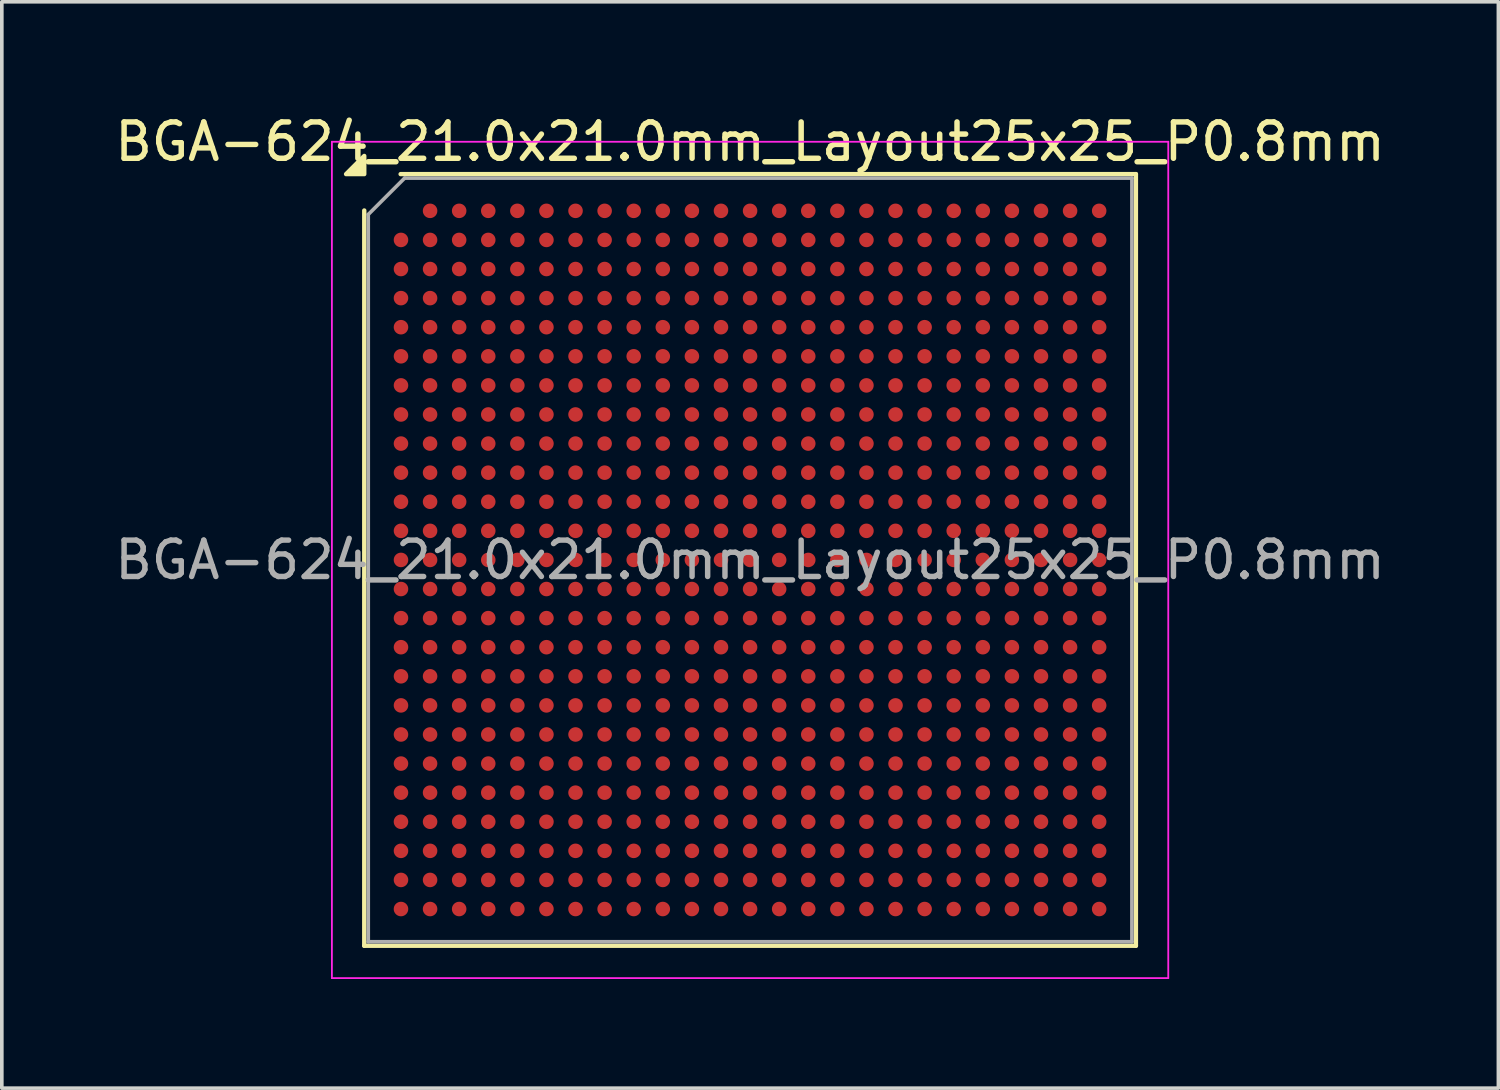
<source format=kicad_pcb>
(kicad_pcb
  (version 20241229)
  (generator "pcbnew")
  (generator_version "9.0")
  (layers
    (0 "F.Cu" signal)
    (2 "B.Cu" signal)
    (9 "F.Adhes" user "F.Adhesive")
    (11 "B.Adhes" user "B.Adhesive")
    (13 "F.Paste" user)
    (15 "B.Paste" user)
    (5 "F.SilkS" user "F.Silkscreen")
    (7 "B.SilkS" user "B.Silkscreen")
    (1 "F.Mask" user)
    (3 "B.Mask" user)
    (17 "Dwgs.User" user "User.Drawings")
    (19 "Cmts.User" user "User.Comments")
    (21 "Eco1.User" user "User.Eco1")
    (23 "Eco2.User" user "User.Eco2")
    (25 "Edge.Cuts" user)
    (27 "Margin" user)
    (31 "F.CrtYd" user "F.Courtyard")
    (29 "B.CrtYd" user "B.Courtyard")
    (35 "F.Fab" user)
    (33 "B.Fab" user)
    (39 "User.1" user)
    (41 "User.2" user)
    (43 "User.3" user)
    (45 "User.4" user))
  (footprint "BGA-624_21.0x21.0mm_Layout25x25_P0.8mm"
    (layer "F.Cu")
    (at 17.577 12.348)
    (property "Reference" "BGA-624_21.0x21.0mm_Layout25x25_P0.8mm" (at 0 -11.5 0) (layer "F.SilkS") (effects (font (size 1 1) (thickness 0.15))))
    (attr smd)
    (fp_line (start -10.61 10.61) (end -10.61 -9.61) (stroke (width 0.12) (type solid)) (layer "F.SilkS"))
    (fp_line (start -9.61 -10.61) (end 10.61 -10.61) (stroke (width 0.12) (type solid)) (layer "F.SilkS"))
    (fp_line (start 10.61 -10.61) (end 10.61 10.61) (stroke (width 0.12) (type solid)) (layer "F.SilkS"))
    (fp_line (start 10.61 10.61) (end -10.61 10.61) (stroke (width 0.12) (type solid)) (layer "F.SilkS"))
    (fp_poly (pts (xy -10.61 -10.61) (xy -11.11 -10.61) (xy -10.61 -11.11) (xy -10.61 -10.61)) (stroke (width 0.12) (type solid)) (fill yes) (layer "F.SilkS"))
    (fp_line (start -11.5 -11.5) (end -11.5 11.5) (stroke (width 0.05) (type solid)) (layer "F.CrtYd"))
    (fp_line (start -11.5 11.5) (end 11.5 11.5) (stroke (width 0.05) (type solid)) (layer "F.CrtYd"))
    (fp_line (start 11.5 -11.5) (end -11.5 -11.5) (stroke (width 0.05) (type solid)) (layer "F.CrtYd"))
    (fp_line (start 11.5 11.5) (end 11.5 -11.5) (stroke (width 0.05) (type solid)) (layer "F.CrtYd"))
    (fp_line (start -10.5 -9.5) (end -9.5 -10.5) (stroke (width 0.1) (type solid)) (layer "F.Fab"))
    (fp_line (start -10.5 10.5) (end -10.5 -9.5) (stroke (width 0.1) (type solid)) (layer "F.Fab"))
    (fp_line (start -9.5 -10.5) (end 10.5 -10.5) (stroke (width 0.1) (type solid)) (layer "F.Fab"))
    (fp_line (start 10.5 -10.5) (end 10.5 10.5) (stroke (width 0.1) (type solid)) (layer "F.Fab"))
    (fp_line (start 10.5 10.5) (end -10.5 10.5) (stroke (width 0.1) (type solid)) (layer "F.Fab"))
    (fp_text user "${REFERENCE}" (at 0 0 0) (layer "F.Fab") (effects (font (size 1 1) (thickness 0.15))))
    (pad "A2" smd circle (at -8.8 -9.6) (size 0.4 0.4) (property pad_prop_bga) (layers "F.Cu" "F.Mask" "F.Paste"))
    (pad "A3" smd circle (at -8 -9.6) (size 0.4 0.4) (property pad_prop_bga) (layers "F.Cu" "F.Mask" "F.Paste"))
    (pad "A4" smd circle (at -7.2 -9.6) (size 0.4 0.4) (property pad_prop_bga) (layers "F.Cu" "F.Mask" "F.Paste"))
    (pad "A5" smd circle (at -6.4 -9.6) (size 0.4 0.4) (property pad_prop_bga) (layers "F.Cu" "F.Mask" "F.Paste"))
    (pad "A6" smd circle (at -5.6 -9.6) (size 0.4 0.4) (property pad_prop_bga) (layers "F.Cu" "F.Mask" "F.Paste"))
    (pad "A7" smd circle (at -4.8 -9.6) (size 0.4 0.4) (property pad_prop_bga) (layers "F.Cu" "F.Mask" "F.Paste"))
    (pad "A8" smd circle (at -4 -9.6) (size 0.4 0.4) (property pad_prop_bga) (layers "F.Cu" "F.Mask" "F.Paste"))
    (pad "A9" smd circle (at -3.2 -9.6) (size 0.4 0.4) (property pad_prop_bga) (layers "F.Cu" "F.Mask" "F.Paste"))
    (pad "A10" smd circle (at -2.4 -9.6) (size 0.4 0.4) (property pad_prop_bga) (layers "F.Cu" "F.Mask" "F.Paste"))
    (pad "A11" smd circle (at -1.6 -9.6) (size 0.4 0.4) (property pad_prop_bga) (layers "F.Cu" "F.Mask" "F.Paste"))
    (pad "A12" smd circle (at -0.8 -9.6) (size 0.4 0.4) (property pad_prop_bga) (layers "F.Cu" "F.Mask" "F.Paste"))
    (pad "A13" smd circle (at 0 -9.6) (size 0.4 0.4) (property pad_prop_bga) (layers "F.Cu" "F.Mask" "F.Paste"))
    (pad "A14" smd circle (at 0.8 -9.6) (size 0.4 0.4) (property pad_prop_bga) (layers "F.Cu" "F.Mask" "F.Paste"))
    (pad "A15" smd circle (at 1.6 -9.6) (size 0.4 0.4) (property pad_prop_bga) (layers "F.Cu" "F.Mask" "F.Paste"))
    (pad "A16" smd circle (at 2.4 -9.6) (size 0.4 0.4) (property pad_prop_bga) (layers "F.Cu" "F.Mask" "F.Paste"))
    (pad "A17" smd circle (at 3.2 -9.6) (size 0.4 0.4) (property pad_prop_bga) (layers "F.Cu" "F.Mask" "F.Paste"))
    (pad "A18" smd circle (at 4 -9.6) (size 0.4 0.4) (property pad_prop_bga) (layers "F.Cu" "F.Mask" "F.Paste"))
    (pad "A19" smd circle (at 4.8 -9.6) (size 0.4 0.4) (property pad_prop_bga) (layers "F.Cu" "F.Mask" "F.Paste"))
    (pad "A20" smd circle (at 5.6 -9.6) (size 0.4 0.4) (property pad_prop_bga) (layers "F.Cu" "F.Mask" "F.Paste"))
    (pad "A21" smd circle (at 6.4 -9.6) (size 0.4 0.4) (property pad_prop_bga) (layers "F.Cu" "F.Mask" "F.Paste"))
    (pad "A22" smd circle (at 7.2 -9.6) (size 0.4 0.4) (property pad_prop_bga) (layers "F.Cu" "F.Mask" "F.Paste"))
    (pad "A23" smd circle (at 8 -9.6) (size 0.4 0.4) (property pad_prop_bga) (layers "F.Cu" "F.Mask" "F.Paste"))
    (pad "A24" smd circle (at 8.8 -9.6) (size 0.4 0.4) (property pad_prop_bga) (layers "F.Cu" "F.Mask" "F.Paste"))
    (pad "A25" smd circle (at 9.6 -9.6) (size 0.4 0.4) (property pad_prop_bga) (layers "F.Cu" "F.Mask" "F.Paste"))
    (pad "AA1" smd circle (at -9.6 6.4) (size 0.4 0.4) (property pad_prop_bga) (layers "F.Cu" "F.Mask" "F.Paste"))
    (pad "AA2" smd circle (at -8.8 6.4) (size 0.4 0.4) (property pad_prop_bga) (layers "F.Cu" "F.Mask" "F.Paste"))
    (pad "AA3" smd circle (at -8 6.4) (size 0.4 0.4) (property pad_prop_bga) (layers "F.Cu" "F.Mask" "F.Paste"))
    (pad "AA4" smd circle (at -7.2 6.4) (size 0.4 0.4) (property pad_prop_bga) (layers "F.Cu" "F.Mask" "F.Paste"))
    (pad "AA5" smd circle (at -6.4 6.4) (size 0.4 0.4) (property pad_prop_bga) (layers "F.Cu" "F.Mask" "F.Paste"))
    (pad "AA6" smd circle (at -5.6 6.4) (size 0.4 0.4) (property pad_prop_bga) (layers "F.Cu" "F.Mask" "F.Paste"))
    (pad "AA7" smd circle (at -4.8 6.4) (size 0.4 0.4) (property pad_prop_bga) (layers "F.Cu" "F.Mask" "F.Paste"))
    (pad "AA8" smd circle (at -4 6.4) (size 0.4 0.4) (property pad_prop_bga) (layers "F.Cu" "F.Mask" "F.Paste"))
    (pad "AA9" smd circle (at -3.2 6.4) (size 0.4 0.4) (property pad_prop_bga) (layers "F.Cu" "F.Mask" "F.Paste"))
    (pad "AA10" smd circle (at -2.4 6.4) (size 0.4 0.4) (property pad_prop_bga) (layers "F.Cu" "F.Mask" "F.Paste"))
    (pad "AA11" smd circle (at -1.6 6.4) (size 0.4 0.4) (property pad_prop_bga) (layers "F.Cu" "F.Mask" "F.Paste"))
    (pad "AA12" smd circle (at -0.8 6.4) (size 0.4 0.4) (property pad_prop_bga) (layers "F.Cu" "F.Mask" "F.Paste"))
    (pad "AA13" smd circle (at 0 6.4) (size 0.4 0.4) (property pad_prop_bga) (layers "F.Cu" "F.Mask" "F.Paste"))
    (pad "AA14" smd circle (at 0.8 6.4) (size 0.4 0.4) (property pad_prop_bga) (layers "F.Cu" "F.Mask" "F.Paste"))
    (pad "AA15" smd circle (at 1.6 6.4) (size 0.4 0.4) (property pad_prop_bga) (layers "F.Cu" "F.Mask" "F.Paste"))
    (pad "AA16" smd circle (at 2.4 6.4) (size 0.4 0.4) (property pad_prop_bga) (layers "F.Cu" "F.Mask" "F.Paste"))
    (pad "AA17" smd circle (at 3.2 6.4) (size 0.4 0.4) (property pad_prop_bga) (layers "F.Cu" "F.Mask" "F.Paste"))
    (pad "AA18" smd circle (at 4 6.4) (size 0.4 0.4) (property pad_prop_bga) (layers "F.Cu" "F.Mask" "F.Paste"))
    (pad "AA19" smd circle (at 4.8 6.4) (size 0.4 0.4) (property pad_prop_bga) (layers "F.Cu" "F.Mask" "F.Paste"))
    (pad "AA20" smd circle (at 5.6 6.4) (size 0.4 0.4) (property pad_prop_bga) (layers "F.Cu" "F.Mask" "F.Paste"))
    (pad "AA21" smd circle (at 6.4 6.4) (size 0.4 0.4) (property pad_prop_bga) (layers "F.Cu" "F.Mask" "F.Paste"))
    (pad "AA22" smd circle (at 7.2 6.4) (size 0.4 0.4) (property pad_prop_bga) (layers "F.Cu" "F.Mask" "F.Paste"))
    (pad "AA23" smd circle (at 8 6.4) (size 0.4 0.4) (property pad_prop_bga) (layers "F.Cu" "F.Mask" "F.Paste"))
    (pad "AA24" smd circle (at 8.8 6.4) (size 0.4 0.4) (property pad_prop_bga) (layers "F.Cu" "F.Mask" "F.Paste"))
    (pad "AA25" smd circle (at 9.6 6.4) (size 0.4 0.4) (property pad_prop_bga) (layers "F.Cu" "F.Mask" "F.Paste"))
    (pad "AB1" smd circle (at -9.6 7.2) (size 0.4 0.4) (property pad_prop_bga) (layers "F.Cu" "F.Mask" "F.Paste"))
    (pad "AB2" smd circle (at -8.8 7.2) (size 0.4 0.4) (property pad_prop_bga) (layers "F.Cu" "F.Mask" "F.Paste"))
    (pad "AB3" smd circle (at -8 7.2) (size 0.4 0.4) (property pad_prop_bga) (layers "F.Cu" "F.Mask" "F.Paste"))
    (pad "AB4" smd circle (at -7.2 7.2) (size 0.4 0.4) (property pad_prop_bga) (layers "F.Cu" "F.Mask" "F.Paste"))
    (pad "AB5" smd circle (at -6.4 7.2) (size 0.4 0.4) (property pad_prop_bga) (layers "F.Cu" "F.Mask" "F.Paste"))
    (pad "AB6" smd circle (at -5.6 7.2) (size 0.4 0.4) (property pad_prop_bga) (layers "F.Cu" "F.Mask" "F.Paste"))
    (pad "AB7" smd circle (at -4.8 7.2) (size 0.4 0.4) (property pad_prop_bga) (layers "F.Cu" "F.Mask" "F.Paste"))
    (pad "AB8" smd circle (at -4 7.2) (size 0.4 0.4) (property pad_prop_bga) (layers "F.Cu" "F.Mask" "F.Paste"))
    (pad "AB9" smd circle (at -3.2 7.2) (size 0.4 0.4) (property pad_prop_bga) (layers "F.Cu" "F.Mask" "F.Paste"))
    (pad "AB10" smd circle (at -2.4 7.2) (size 0.4 0.4) (property pad_prop_bga) (layers "F.Cu" "F.Mask" "F.Paste"))
    (pad "AB11" smd circle (at -1.6 7.2) (size 0.4 0.4) (property pad_prop_bga) (layers "F.Cu" "F.Mask" "F.Paste"))
    (pad "AB12" smd circle (at -0.8 7.2) (size 0.4 0.4) (property pad_prop_bga) (layers "F.Cu" "F.Mask" "F.Paste"))
    (pad "AB13" smd circle (at 0 7.2) (size 0.4 0.4) (property pad_prop_bga) (layers "F.Cu" "F.Mask" "F.Paste"))
    (pad "AB14" smd circle (at 0.8 7.2) (size 0.4 0.4) (property pad_prop_bga) (layers "F.Cu" "F.Mask" "F.Paste"))
    (pad "AB15" smd circle (at 1.6 7.2) (size 0.4 0.4) (property pad_prop_bga) (layers "F.Cu" "F.Mask" "F.Paste"))
    (pad "AB16" smd circle (at 2.4 7.2) (size 0.4 0.4) (property pad_prop_bga) (layers "F.Cu" "F.Mask" "F.Paste"))
    (pad "AB17" smd circle (at 3.2 7.2) (size 0.4 0.4) (property pad_prop_bga) (layers "F.Cu" "F.Mask" "F.Paste"))
    (pad "AB18" smd circle (at 4 7.2) (size 0.4 0.4) (property pad_prop_bga) (layers "F.Cu" "F.Mask" "F.Paste"))
    (pad "AB19" smd circle (at 4.8 7.2) (size 0.4 0.4) (property pad_prop_bga) (layers "F.Cu" "F.Mask" "F.Paste"))
    (pad "AB20" smd circle (at 5.6 7.2) (size 0.4 0.4) (property pad_prop_bga) (layers "F.Cu" "F.Mask" "F.Paste"))
    (pad "AB21" smd circle (at 6.4 7.2) (size 0.4 0.4) (property pad_prop_bga) (layers "F.Cu" "F.Mask" "F.Paste"))
    (pad "AB22" smd circle (at 7.2 7.2) (size 0.4 0.4) (property pad_prop_bga) (layers "F.Cu" "F.Mask" "F.Paste"))
    (pad "AB23" smd circle (at 8 7.2) (size 0.4 0.4) (property pad_prop_bga) (layers "F.Cu" "F.Mask" "F.Paste"))
    (pad "AB24" smd circle (at 8.8 7.2) (size 0.4 0.4) (property pad_prop_bga) (layers "F.Cu" "F.Mask" "F.Paste"))
    (pad "AB25" smd circle (at 9.6 7.2) (size 0.4 0.4) (property pad_prop_bga) (layers "F.Cu" "F.Mask" "F.Paste"))
    (pad "AC1" smd circle (at -9.6 8) (size 0.4 0.4) (property pad_prop_bga) (layers "F.Cu" "F.Mask" "F.Paste"))
    (pad "AC2" smd circle (at -8.8 8) (size 0.4 0.4) (property pad_prop_bga) (layers "F.Cu" "F.Mask" "F.Paste"))
    (pad "AC3" smd circle (at -8 8) (size 0.4 0.4) (property pad_prop_bga) (layers "F.Cu" "F.Mask" "F.Paste"))
    (pad "AC4" smd circle (at -7.2 8) (size 0.4 0.4) (property pad_prop_bga) (layers "F.Cu" "F.Mask" "F.Paste"))
    (pad "AC5" smd circle (at -6.4 8) (size 0.4 0.4) (property pad_prop_bga) (layers "F.Cu" "F.Mask" "F.Paste"))
    (pad "AC6" smd circle (at -5.6 8) (size 0.4 0.4) (property pad_prop_bga) (layers "F.Cu" "F.Mask" "F.Paste"))
    (pad "AC7" smd circle (at -4.8 8) (size 0.4 0.4) (property pad_prop_bga) (layers "F.Cu" "F.Mask" "F.Paste"))
    (pad "AC8" smd circle (at -4 8) (size 0.4 0.4) (property pad_prop_bga) (layers "F.Cu" "F.Mask" "F.Paste"))
    (pad "AC9" smd circle (at -3.2 8) (size 0.4 0.4) (property pad_prop_bga) (layers "F.Cu" "F.Mask" "F.Paste"))
    (pad "AC10" smd circle (at -2.4 8) (size 0.4 0.4) (property pad_prop_bga) (layers "F.Cu" "F.Mask" "F.Paste"))
    (pad "AC11" smd circle (at -1.6 8) (size 0.4 0.4) (property pad_prop_bga) (layers "F.Cu" "F.Mask" "F.Paste"))
    (pad "AC12" smd circle (at -0.8 8) (size 0.4 0.4) (property pad_prop_bga) (layers "F.Cu" "F.Mask" "F.Paste"))
    (pad "AC13" smd circle (at 0 8) (size 0.4 0.4) (property pad_prop_bga) (layers "F.Cu" "F.Mask" "F.Paste"))
    (pad "AC14" smd circle (at 0.8 8) (size 0.4 0.4) (property pad_prop_bga) (layers "F.Cu" "F.Mask" "F.Paste"))
    (pad "AC15" smd circle (at 1.6 8) (size 0.4 0.4) (property pad_prop_bga) (layers "F.Cu" "F.Mask" "F.Paste"))
    (pad "AC16" smd circle (at 2.4 8) (size 0.4 0.4) (property pad_prop_bga) (layers "F.Cu" "F.Mask" "F.Paste"))
    (pad "AC17" smd circle (at 3.2 8) (size 0.4 0.4) (property pad_prop_bga) (layers "F.Cu" "F.Mask" "F.Paste"))
    (pad "AC18" smd circle (at 4 8) (size 0.4 0.4) (property pad_prop_bga) (layers "F.Cu" "F.Mask" "F.Paste"))
    (pad "AC19" smd circle (at 4.8 8) (size 0.4 0.4) (property pad_prop_bga) (layers "F.Cu" "F.Mask" "F.Paste"))
    (pad "AC20" smd circle (at 5.6 8) (size 0.4 0.4) (property pad_prop_bga) (layers "F.Cu" "F.Mask" "F.Paste"))
    (pad "AC21" smd circle (at 6.4 8) (size 0.4 0.4) (property pad_prop_bga) (layers "F.Cu" "F.Mask" "F.Paste"))
    (pad "AC22" smd circle (at 7.2 8) (size 0.4 0.4) (property pad_prop_bga) (layers "F.Cu" "F.Mask" "F.Paste"))
    (pad "AC23" smd circle (at 8 8) (size 0.4 0.4) (property pad_prop_bga) (layers "F.Cu" "F.Mask" "F.Paste"))
    (pad "AC24" smd circle (at 8.8 8) (size 0.4 0.4) (property pad_prop_bga) (layers "F.Cu" "F.Mask" "F.Paste"))
    (pad "AC25" smd circle (at 9.6 8) (size 0.4 0.4) (property pad_prop_bga) (layers "F.Cu" "F.Mask" "F.Paste"))
    (pad "AD1" smd circle (at -9.6 8.8) (size 0.4 0.4) (property pad_prop_bga) (layers "F.Cu" "F.Mask" "F.Paste"))
    (pad "AD2" smd circle (at -8.8 8.8) (size 0.4 0.4) (property pad_prop_bga) (layers "F.Cu" "F.Mask" "F.Paste"))
    (pad "AD3" smd circle (at -8 8.8) (size 0.4 0.4) (property pad_prop_bga) (layers "F.Cu" "F.Mask" "F.Paste"))
    (pad "AD4" smd circle (at -7.2 8.8) (size 0.4 0.4) (property pad_prop_bga) (layers "F.Cu" "F.Mask" "F.Paste"))
    (pad "AD5" smd circle (at -6.4 8.8) (size 0.4 0.4) (property pad_prop_bga) (layers "F.Cu" "F.Mask" "F.Paste"))
    (pad "AD6" smd circle (at -5.6 8.8) (size 0.4 0.4) (property pad_prop_bga) (layers "F.Cu" "F.Mask" "F.Paste"))
    (pad "AD7" smd circle (at -4.8 8.8) (size 0.4 0.4) (property pad_prop_bga) (layers "F.Cu" "F.Mask" "F.Paste"))
    (pad "AD8" smd circle (at -4 8.8) (size 0.4 0.4) (property pad_prop_bga) (layers "F.Cu" "F.Mask" "F.Paste"))
    (pad "AD9" smd circle (at -3.2 8.8) (size 0.4 0.4) (property pad_prop_bga) (layers "F.Cu" "F.Mask" "F.Paste"))
    (pad "AD10" smd circle (at -2.4 8.8) (size 0.4 0.4) (property pad_prop_bga) (layers "F.Cu" "F.Mask" "F.Paste"))
    (pad "AD11" smd circle (at -1.6 8.8) (size 0.4 0.4) (property pad_prop_bga) (layers "F.Cu" "F.Mask" "F.Paste"))
    (pad "AD12" smd circle (at -0.8 8.8) (size 0.4 0.4) (property pad_prop_bga) (layers "F.Cu" "F.Mask" "F.Paste"))
    (pad "AD13" smd circle (at 0 8.8) (size 0.4 0.4) (property pad_prop_bga) (layers "F.Cu" "F.Mask" "F.Paste"))
    (pad "AD14" smd circle (at 0.8 8.8) (size 0.4 0.4) (property pad_prop_bga) (layers "F.Cu" "F.Mask" "F.Paste"))
    (pad "AD15" smd circle (at 1.6 8.8) (size 0.4 0.4) (property pad_prop_bga) (layers "F.Cu" "F.Mask" "F.Paste"))
    (pad "AD16" smd circle (at 2.4 8.8) (size 0.4 0.4) (property pad_prop_bga) (layers "F.Cu" "F.Mask" "F.Paste"))
    (pad "AD17" smd circle (at 3.2 8.8) (size 0.4 0.4) (property pad_prop_bga) (layers "F.Cu" "F.Mask" "F.Paste"))
    (pad "AD18" smd circle (at 4 8.8) (size 0.4 0.4) (property pad_prop_bga) (layers "F.Cu" "F.Mask" "F.Paste"))
    (pad "AD19" smd circle (at 4.8 8.8) (size 0.4 0.4) (property pad_prop_bga) (layers "F.Cu" "F.Mask" "F.Paste"))
    (pad "AD20" smd circle (at 5.6 8.8) (size 0.4 0.4) (property pad_prop_bga) (layers "F.Cu" "F.Mask" "F.Paste"))
    (pad "AD21" smd circle (at 6.4 8.8) (size 0.4 0.4) (property pad_prop_bga) (layers "F.Cu" "F.Mask" "F.Paste"))
    (pad "AD22" smd circle (at 7.2 8.8) (size 0.4 0.4) (property pad_prop_bga) (layers "F.Cu" "F.Mask" "F.Paste"))
    (pad "AD23" smd circle (at 8 8.8) (size 0.4 0.4) (property pad_prop_bga) (layers "F.Cu" "F.Mask" "F.Paste"))
    (pad "AD24" smd circle (at 8.8 8.8) (size 0.4 0.4) (property pad_prop_bga) (layers "F.Cu" "F.Mask" "F.Paste"))
    (pad "AD25" smd circle (at 9.6 8.8) (size 0.4 0.4) (property pad_prop_bga) (layers "F.Cu" "F.Mask" "F.Paste"))
    (pad "AE1" smd circle (at -9.6 9.6) (size 0.4 0.4) (property pad_prop_bga) (layers "F.Cu" "F.Mask" "F.Paste"))
    (pad "AE2" smd circle (at -8.8 9.6) (size 0.4 0.4) (property pad_prop_bga) (layers "F.Cu" "F.Mask" "F.Paste"))
    (pad "AE3" smd circle (at -8 9.6) (size 0.4 0.4) (property pad_prop_bga) (layers "F.Cu" "F.Mask" "F.Paste"))
    (pad "AE4" smd circle (at -7.2 9.6) (size 0.4 0.4) (property pad_prop_bga) (layers "F.Cu" "F.Mask" "F.Paste"))
    (pad "AE5" smd circle (at -6.4 9.6) (size 0.4 0.4) (property pad_prop_bga) (layers "F.Cu" "F.Mask" "F.Paste"))
    (pad "AE6" smd circle (at -5.6 9.6) (size 0.4 0.4) (property pad_prop_bga) (layers "F.Cu" "F.Mask" "F.Paste"))
    (pad "AE7" smd circle (at -4.8 9.6) (size 0.4 0.4) (property pad_prop_bga) (layers "F.Cu" "F.Mask" "F.Paste"))
    (pad "AE8" smd circle (at -4 9.6) (size 0.4 0.4) (property pad_prop_bga) (layers "F.Cu" "F.Mask" "F.Paste"))
    (pad "AE9" smd circle (at -3.2 9.6) (size 0.4 0.4) (property pad_prop_bga) (layers "F.Cu" "F.Mask" "F.Paste"))
    (pad "AE10" smd circle (at -2.4 9.6) (size 0.4 0.4) (property pad_prop_bga) (layers "F.Cu" "F.Mask" "F.Paste"))
    (pad "AE11" smd circle (at -1.6 9.6) (size 0.4 0.4) (property pad_prop_bga) (layers "F.Cu" "F.Mask" "F.Paste"))
    (pad "AE12" smd circle (at -0.8 9.6) (size 0.4 0.4) (property pad_prop_bga) (layers "F.Cu" "F.Mask" "F.Paste"))
    (pad "AE13" smd circle (at 0 9.6) (size 0.4 0.4) (property pad_prop_bga) (layers "F.Cu" "F.Mask" "F.Paste"))
    (pad "AE14" smd circle (at 0.8 9.6) (size 0.4 0.4) (property pad_prop_bga) (layers "F.Cu" "F.Mask" "F.Paste"))
    (pad "AE15" smd circle (at 1.6 9.6) (size 0.4 0.4) (property pad_prop_bga) (layers "F.Cu" "F.Mask" "F.Paste"))
    (pad "AE16" smd circle (at 2.4 9.6) (size 0.4 0.4) (property pad_prop_bga) (layers "F.Cu" "F.Mask" "F.Paste"))
    (pad "AE17" smd circle (at 3.2 9.6) (size 0.4 0.4) (property pad_prop_bga) (layers "F.Cu" "F.Mask" "F.Paste"))
    (pad "AE18" smd circle (at 4 9.6) (size 0.4 0.4) (property pad_prop_bga) (layers "F.Cu" "F.Mask" "F.Paste"))
    (pad "AE19" smd circle (at 4.8 9.6) (size 0.4 0.4) (property pad_prop_bga) (layers "F.Cu" "F.Mask" "F.Paste"))
    (pad "AE20" smd circle (at 5.6 9.6) (size 0.4 0.4) (property pad_prop_bga) (layers "F.Cu" "F.Mask" "F.Paste"))
    (pad "AE21" smd circle (at 6.4 9.6) (size 0.4 0.4) (property pad_prop_bga) (layers "F.Cu" "F.Mask" "F.Paste"))
    (pad "AE22" smd circle (at 7.2 9.6) (size 0.4 0.4) (property pad_prop_bga) (layers "F.Cu" "F.Mask" "F.Paste"))
    (pad "AE23" smd circle (at 8 9.6) (size 0.4 0.4) (property pad_prop_bga) (layers "F.Cu" "F.Mask" "F.Paste"))
    (pad "AE24" smd circle (at 8.8 9.6) (size 0.4 0.4) (property pad_prop_bga) (layers "F.Cu" "F.Mask" "F.Paste"))
    (pad "AE25" smd circle (at 9.6 9.6) (size 0.4 0.4) (property pad_prop_bga) (layers "F.Cu" "F.Mask" "F.Paste"))
    (pad "B1" smd circle (at -9.6 -8.8) (size 0.4 0.4) (property pad_prop_bga) (layers "F.Cu" "F.Mask" "F.Paste"))
    (pad "B2" smd circle (at -8.8 -8.8) (size 0.4 0.4) (property pad_prop_bga) (layers "F.Cu" "F.Mask" "F.Paste"))
    (pad "B3" smd circle (at -8 -8.8) (size 0.4 0.4) (property pad_prop_bga) (layers "F.Cu" "F.Mask" "F.Paste"))
    (pad "B4" smd circle (at -7.2 -8.8) (size 0.4 0.4) (property pad_prop_bga) (layers "F.Cu" "F.Mask" "F.Paste"))
    (pad "B5" smd circle (at -6.4 -8.8) (size 0.4 0.4) (property pad_prop_bga) (layers "F.Cu" "F.Mask" "F.Paste"))
    (pad "B6" smd circle (at -5.6 -8.8) (size 0.4 0.4) (property pad_prop_bga) (layers "F.Cu" "F.Mask" "F.Paste"))
    (pad "B7" smd circle (at -4.8 -8.8) (size 0.4 0.4) (property pad_prop_bga) (layers "F.Cu" "F.Mask" "F.Paste"))
    (pad "B8" smd circle (at -4 -8.8) (size 0.4 0.4) (property pad_prop_bga) (layers "F.Cu" "F.Mask" "F.Paste"))
    (pad "B9" smd circle (at -3.2 -8.8) (size 0.4 0.4) (property pad_prop_bga) (layers "F.Cu" "F.Mask" "F.Paste"))
    (pad "B10" smd circle (at -2.4 -8.8) (size 0.4 0.4) (property pad_prop_bga) (layers "F.Cu" "F.Mask" "F.Paste"))
    (pad "B11" smd circle (at -1.6 -8.8) (size 0.4 0.4) (property pad_prop_bga) (layers "F.Cu" "F.Mask" "F.Paste"))
    (pad "B12" smd circle (at -0.8 -8.8) (size 0.4 0.4) (property pad_prop_bga) (layers "F.Cu" "F.Mask" "F.Paste"))
    (pad "B13" smd circle (at 0 -8.8) (size 0.4 0.4) (property pad_prop_bga) (layers "F.Cu" "F.Mask" "F.Paste"))
    (pad "B14" smd circle (at 0.8 -8.8) (size 0.4 0.4) (property pad_prop_bga) (layers "F.Cu" "F.Mask" "F.Paste"))
    (pad "B15" smd circle (at 1.6 -8.8) (size 0.4 0.4) (property pad_prop_bga) (layers "F.Cu" "F.Mask" "F.Paste"))
    (pad "B16" smd circle (at 2.4 -8.8) (size 0.4 0.4) (property pad_prop_bga) (layers "F.Cu" "F.Mask" "F.Paste"))
    (pad "B17" smd circle (at 3.2 -8.8) (size 0.4 0.4) (property pad_prop_bga) (layers "F.Cu" "F.Mask" "F.Paste"))
    (pad "B18" smd circle (at 4 -8.8) (size 0.4 0.4) (property pad_prop_bga) (layers "F.Cu" "F.Mask" "F.Paste"))
    (pad "B19" smd circle (at 4.8 -8.8) (size 0.4 0.4) (property pad_prop_bga) (layers "F.Cu" "F.Mask" "F.Paste"))
    (pad "B20" smd circle (at 5.6 -8.8) (size 0.4 0.4) (property pad_prop_bga) (layers "F.Cu" "F.Mask" "F.Paste"))
    (pad "B21" smd circle (at 6.4 -8.8) (size 0.4 0.4) (property pad_prop_bga) (layers "F.Cu" "F.Mask" "F.Paste"))
    (pad "B22" smd circle (at 7.2 -8.8) (size 0.4 0.4) (property pad_prop_bga) (layers "F.Cu" "F.Mask" "F.Paste"))
    (pad "B23" smd circle (at 8 -8.8) (size 0.4 0.4) (property pad_prop_bga) (layers "F.Cu" "F.Mask" "F.Paste"))
    (pad "B24" smd circle (at 8.8 -8.8) (size 0.4 0.4) (property pad_prop_bga) (layers "F.Cu" "F.Mask" "F.Paste"))
    (pad "B25" smd circle (at 9.6 -8.8) (size 0.4 0.4) (property pad_prop_bga) (layers "F.Cu" "F.Mask" "F.Paste"))
    (pad "C1" smd circle (at -9.6 -8) (size 0.4 0.4) (property pad_prop_bga) (layers "F.Cu" "F.Mask" "F.Paste"))
    (pad "C2" smd circle (at -8.8 -8) (size 0.4 0.4) (property pad_prop_bga) (layers "F.Cu" "F.Mask" "F.Paste"))
    (pad "C3" smd circle (at -8 -8) (size 0.4 0.4) (property pad_prop_bga) (layers "F.Cu" "F.Mask" "F.Paste"))
    (pad "C4" smd circle (at -7.2 -8) (size 0.4 0.4) (property pad_prop_bga) (layers "F.Cu" "F.Mask" "F.Paste"))
    (pad "C5" smd circle (at -6.4 -8) (size 0.4 0.4) (property pad_prop_bga) (layers "F.Cu" "F.Mask" "F.Paste"))
    (pad "C6" smd circle (at -5.6 -8) (size 0.4 0.4) (property pad_prop_bga) (layers "F.Cu" "F.Mask" "F.Paste"))
    (pad "C7" smd circle (at -4.8 -8) (size 0.4 0.4) (property pad_prop_bga) (layers "F.Cu" "F.Mask" "F.Paste"))
    (pad "C8" smd circle (at -4 -8) (size 0.4 0.4) (property pad_prop_bga) (layers "F.Cu" "F.Mask" "F.Paste"))
    (pad "C9" smd circle (at -3.2 -8) (size 0.4 0.4) (property pad_prop_bga) (layers "F.Cu" "F.Mask" "F.Paste"))
    (pad "C10" smd circle (at -2.4 -8) (size 0.4 0.4) (property pad_prop_bga) (layers "F.Cu" "F.Mask" "F.Paste"))
    (pad "C11" smd circle (at -1.6 -8) (size 0.4 0.4) (property pad_prop_bga) (layers "F.Cu" "F.Mask" "F.Paste"))
    (pad "C12" smd circle (at -0.8 -8) (size 0.4 0.4) (property pad_prop_bga) (layers "F.Cu" "F.Mask" "F.Paste"))
    (pad "C13" smd circle (at 0 -8) (size 0.4 0.4) (property pad_prop_bga) (layers "F.Cu" "F.Mask" "F.Paste"))
    (pad "C14" smd circle (at 0.8 -8) (size 0.4 0.4) (property pad_prop_bga) (layers "F.Cu" "F.Mask" "F.Paste"))
    (pad "C15" smd circle (at 1.6 -8) (size 0.4 0.4) (property pad_prop_bga) (layers "F.Cu" "F.Mask" "F.Paste"))
    (pad "C16" smd circle (at 2.4 -8) (size 0.4 0.4) (property pad_prop_bga) (layers "F.Cu" "F.Mask" "F.Paste"))
    (pad "C17" smd circle (at 3.2 -8) (size 0.4 0.4) (property pad_prop_bga) (layers "F.Cu" "F.Mask" "F.Paste"))
    (pad "C18" smd circle (at 4 -8) (size 0.4 0.4) (property pad_prop_bga) (layers "F.Cu" "F.Mask" "F.Paste"))
    (pad "C19" smd circle (at 4.8 -8) (size 0.4 0.4) (property pad_prop_bga) (layers "F.Cu" "F.Mask" "F.Paste"))
    (pad "C20" smd circle (at 5.6 -8) (size 0.4 0.4) (property pad_prop_bga) (layers "F.Cu" "F.Mask" "F.Paste"))
    (pad "C21" smd circle (at 6.4 -8) (size 0.4 0.4) (property pad_prop_bga) (layers "F.Cu" "F.Mask" "F.Paste"))
    (pad "C22" smd circle (at 7.2 -8) (size 0.4 0.4) (property pad_prop_bga) (layers "F.Cu" "F.Mask" "F.Paste"))
    (pad "C23" smd circle (at 8 -8) (size 0.4 0.4) (property pad_prop_bga) (layers "F.Cu" "F.Mask" "F.Paste"))
    (pad "C24" smd circle (at 8.8 -8) (size 0.4 0.4) (property pad_prop_bga) (layers "F.Cu" "F.Mask" "F.Paste"))
    (pad "C25" smd circle (at 9.6 -8) (size 0.4 0.4) (property pad_prop_bga) (layers "F.Cu" "F.Mask" "F.Paste"))
    (pad "D1" smd circle (at -9.6 -7.2) (size 0.4 0.4) (property pad_prop_bga) (layers "F.Cu" "F.Mask" "F.Paste"))
    (pad "D2" smd circle (at -8.8 -7.2) (size 0.4 0.4) (property pad_prop_bga) (layers "F.Cu" "F.Mask" "F.Paste"))
    (pad "D3" smd circle (at -8 -7.2) (size 0.4 0.4) (property pad_prop_bga) (layers "F.Cu" "F.Mask" "F.Paste"))
    (pad "D4" smd circle (at -7.2 -7.2) (size 0.4 0.4) (property pad_prop_bga) (layers "F.Cu" "F.Mask" "F.Paste"))
    (pad "D5" smd circle (at -6.4 -7.2) (size 0.4 0.4) (property pad_prop_bga) (layers "F.Cu" "F.Mask" "F.Paste"))
    (pad "D6" smd circle (at -5.6 -7.2) (size 0.4 0.4) (property pad_prop_bga) (layers "F.Cu" "F.Mask" "F.Paste"))
    (pad "D7" smd circle (at -4.8 -7.2) (size 0.4 0.4) (property pad_prop_bga) (layers "F.Cu" "F.Mask" "F.Paste"))
    (pad "D8" smd circle (at -4 -7.2) (size 0.4 0.4) (property pad_prop_bga) (layers "F.Cu" "F.Mask" "F.Paste"))
    (pad "D9" smd circle (at -3.2 -7.2) (size 0.4 0.4) (property pad_prop_bga) (layers "F.Cu" "F.Mask" "F.Paste"))
    (pad "D10" smd circle (at -2.4 -7.2) (size 0.4 0.4) (property pad_prop_bga) (layers "F.Cu" "F.Mask" "F.Paste"))
    (pad "D11" smd circle (at -1.6 -7.2) (size 0.4 0.4) (property pad_prop_bga) (layers "F.Cu" "F.Mask" "F.Paste"))
    (pad "D12" smd circle (at -0.8 -7.2) (size 0.4 0.4) (property pad_prop_bga) (layers "F.Cu" "F.Mask" "F.Paste"))
    (pad "D13" smd circle (at 0 -7.2) (size 0.4 0.4) (property pad_prop_bga) (layers "F.Cu" "F.Mask" "F.Paste"))
    (pad "D14" smd circle (at 0.8 -7.2) (size 0.4 0.4) (property pad_prop_bga) (layers "F.Cu" "F.Mask" "F.Paste"))
    (pad "D15" smd circle (at 1.6 -7.2) (size 0.4 0.4) (property pad_prop_bga) (layers "F.Cu" "F.Mask" "F.Paste"))
    (pad "D16" smd circle (at 2.4 -7.2) (size 0.4 0.4) (property pad_prop_bga) (layers "F.Cu" "F.Mask" "F.Paste"))
    (pad "D17" smd circle (at 3.2 -7.2) (size 0.4 0.4) (property pad_prop_bga) (layers "F.Cu" "F.Mask" "F.Paste"))
    (pad "D18" smd circle (at 4 -7.2) (size 0.4 0.4) (property pad_prop_bga) (layers "F.Cu" "F.Mask" "F.Paste"))
    (pad "D19" smd circle (at 4.8 -7.2) (size 0.4 0.4) (property pad_prop_bga) (layers "F.Cu" "F.Mask" "F.Paste"))
    (pad "D20" smd circle (at 5.6 -7.2) (size 0.4 0.4) (property pad_prop_bga) (layers "F.Cu" "F.Mask" "F.Paste"))
    (pad "D21" smd circle (at 6.4 -7.2) (size 0.4 0.4) (property pad_prop_bga) (layers "F.Cu" "F.Mask" "F.Paste"))
    (pad "D22" smd circle (at 7.2 -7.2) (size 0.4 0.4) (property pad_prop_bga) (layers "F.Cu" "F.Mask" "F.Paste"))
    (pad "D23" smd circle (at 8 -7.2) (size 0.4 0.4) (property pad_prop_bga) (layers "F.Cu" "F.Mask" "F.Paste"))
    (pad "D24" smd circle (at 8.8 -7.2) (size 0.4 0.4) (property pad_prop_bga) (layers "F.Cu" "F.Mask" "F.Paste"))
    (pad "D25" smd circle (at 9.6 -7.2) (size 0.4 0.4) (property pad_prop_bga) (layers "F.Cu" "F.Mask" "F.Paste"))
    (pad "E1" smd circle (at -9.6 -6.4) (size 0.4 0.4) (property pad_prop_bga) (layers "F.Cu" "F.Mask" "F.Paste"))
    (pad "E2" smd circle (at -8.8 -6.4) (size 0.4 0.4) (property pad_prop_bga) (layers "F.Cu" "F.Mask" "F.Paste"))
    (pad "E3" smd circle (at -8 -6.4) (size 0.4 0.4) (property pad_prop_bga) (layers "F.Cu" "F.Mask" "F.Paste"))
    (pad "E4" smd circle (at -7.2 -6.4) (size 0.4 0.4) (property pad_prop_bga) (layers "F.Cu" "F.Mask" "F.Paste"))
    (pad "E5" smd circle (at -6.4 -6.4) (size 0.4 0.4) (property pad_prop_bga) (layers "F.Cu" "F.Mask" "F.Paste"))
    (pad "E6" smd circle (at -5.6 -6.4) (size 0.4 0.4) (property pad_prop_bga) (layers "F.Cu" "F.Mask" "F.Paste"))
    (pad "E7" smd circle (at -4.8 -6.4) (size 0.4 0.4) (property pad_prop_bga) (layers "F.Cu" "F.Mask" "F.Paste"))
    (pad "E8" smd circle (at -4 -6.4) (size 0.4 0.4) (property pad_prop_bga) (layers "F.Cu" "F.Mask" "F.Paste"))
    (pad "E9" smd circle (at -3.2 -6.4) (size 0.4 0.4) (property pad_prop_bga) (layers "F.Cu" "F.Mask" "F.Paste"))
    (pad "E10" smd circle (at -2.4 -6.4) (size 0.4 0.4) (property pad_prop_bga) (layers "F.Cu" "F.Mask" "F.Paste"))
    (pad "E11" smd circle (at -1.6 -6.4) (size 0.4 0.4) (property pad_prop_bga) (layers "F.Cu" "F.Mask" "F.Paste"))
    (pad "E12" smd circle (at -0.8 -6.4) (size 0.4 0.4) (property pad_prop_bga) (layers "F.Cu" "F.Mask" "F.Paste"))
    (pad "E13" smd circle (at 0 -6.4) (size 0.4 0.4) (property pad_prop_bga) (layers "F.Cu" "F.Mask" "F.Paste"))
    (pad "E14" smd circle (at 0.8 -6.4) (size 0.4 0.4) (property pad_prop_bga) (layers "F.Cu" "F.Mask" "F.Paste"))
    (pad "E15" smd circle (at 1.6 -6.4) (size 0.4 0.4) (property pad_prop_bga) (layers "F.Cu" "F.Mask" "F.Paste"))
    (pad "E16" smd circle (at 2.4 -6.4) (size 0.4 0.4) (property pad_prop_bga) (layers "F.Cu" "F.Mask" "F.Paste"))
    (pad "E17" smd circle (at 3.2 -6.4) (size 0.4 0.4) (property pad_prop_bga) (layers "F.Cu" "F.Mask" "F.Paste"))
    (pad "E18" smd circle (at 4 -6.4) (size 0.4 0.4) (property pad_prop_bga) (layers "F.Cu" "F.Mask" "F.Paste"))
    (pad "E19" smd circle (at 4.8 -6.4) (size 0.4 0.4) (property pad_prop_bga) (layers "F.Cu" "F.Mask" "F.Paste"))
    (pad "E20" smd circle (at 5.6 -6.4) (size 0.4 0.4) (property pad_prop_bga) (layers "F.Cu" "F.Mask" "F.Paste"))
    (pad "E21" smd circle (at 6.4 -6.4) (size 0.4 0.4) (property pad_prop_bga) (layers "F.Cu" "F.Mask" "F.Paste"))
    (pad "E22" smd circle (at 7.2 -6.4) (size 0.4 0.4) (property pad_prop_bga) (layers "F.Cu" "F.Mask" "F.Paste"))
    (pad "E23" smd circle (at 8 -6.4) (size 0.4 0.4) (property pad_prop_bga) (layers "F.Cu" "F.Mask" "F.Paste"))
    (pad "E24" smd circle (at 8.8 -6.4) (size 0.4 0.4) (property pad_prop_bga) (layers "F.Cu" "F.Mask" "F.Paste"))
    (pad "E25" smd circle (at 9.6 -6.4) (size 0.4 0.4) (property pad_prop_bga) (layers "F.Cu" "F.Mask" "F.Paste"))
    (pad "F1" smd circle (at -9.6 -5.6) (size 0.4 0.4) (property pad_prop_bga) (layers "F.Cu" "F.Mask" "F.Paste"))
    (pad "F2" smd circle (at -8.8 -5.6) (size 0.4 0.4) (property pad_prop_bga) (layers "F.Cu" "F.Mask" "F.Paste"))
    (pad "F3" smd circle (at -8 -5.6) (size 0.4 0.4) (property pad_prop_bga) (layers "F.Cu" "F.Mask" "F.Paste"))
    (pad "F4" smd circle (at -7.2 -5.6) (size 0.4 0.4) (property pad_prop_bga) (layers "F.Cu" "F.Mask" "F.Paste"))
    (pad "F5" smd circle (at -6.4 -5.6) (size 0.4 0.4) (property pad_prop_bga) (layers "F.Cu" "F.Mask" "F.Paste"))
    (pad "F6" smd circle (at -5.6 -5.6) (size 0.4 0.4) (property pad_prop_bga) (layers "F.Cu" "F.Mask" "F.Paste"))
    (pad "F7" smd circle (at -4.8 -5.6) (size 0.4 0.4) (property pad_prop_bga) (layers "F.Cu" "F.Mask" "F.Paste"))
    (pad "F8" smd circle (at -4 -5.6) (size 0.4 0.4) (property pad_prop_bga) (layers "F.Cu" "F.Mask" "F.Paste"))
    (pad "F9" smd circle (at -3.2 -5.6) (size 0.4 0.4) (property pad_prop_bga) (layers "F.Cu" "F.Mask" "F.Paste"))
    (pad "F10" smd circle (at -2.4 -5.6) (size 0.4 0.4) (property pad_prop_bga) (layers "F.Cu" "F.Mask" "F.Paste"))
    (pad "F11" smd circle (at -1.6 -5.6) (size 0.4 0.4) (property pad_prop_bga) (layers "F.Cu" "F.Mask" "F.Paste"))
    (pad "F12" smd circle (at -0.8 -5.6) (size 0.4 0.4) (property pad_prop_bga) (layers "F.Cu" "F.Mask" "F.Paste"))
    (pad "F13" smd circle (at 0 -5.6) (size 0.4 0.4) (property pad_prop_bga) (layers "F.Cu" "F.Mask" "F.Paste"))
    (pad "F14" smd circle (at 0.8 -5.6) (size 0.4 0.4) (property pad_prop_bga) (layers "F.Cu" "F.Mask" "F.Paste"))
    (pad "F15" smd circle (at 1.6 -5.6) (size 0.4 0.4) (property pad_prop_bga) (layers "F.Cu" "F.Mask" "F.Paste"))
    (pad "F16" smd circle (at 2.4 -5.6) (size 0.4 0.4) (property pad_prop_bga) (layers "F.Cu" "F.Mask" "F.Paste"))
    (pad "F17" smd circle (at 3.2 -5.6) (size 0.4 0.4) (property pad_prop_bga) (layers "F.Cu" "F.Mask" "F.Paste"))
    (pad "F18" smd circle (at 4 -5.6) (size 0.4 0.4) (property pad_prop_bga) (layers "F.Cu" "F.Mask" "F.Paste"))
    (pad "F19" smd circle (at 4.8 -5.6) (size 0.4 0.4) (property pad_prop_bga) (layers "F.Cu" "F.Mask" "F.Paste"))
    (pad "F20" smd circle (at 5.6 -5.6) (size 0.4 0.4) (property pad_prop_bga) (layers "F.Cu" "F.Mask" "F.Paste"))
    (pad "F21" smd circle (at 6.4 -5.6) (size 0.4 0.4) (property pad_prop_bga) (layers "F.Cu" "F.Mask" "F.Paste"))
    (pad "F22" smd circle (at 7.2 -5.6) (size 0.4 0.4) (property pad_prop_bga) (layers "F.Cu" "F.Mask" "F.Paste"))
    (pad "F23" smd circle (at 8 -5.6) (size 0.4 0.4) (property pad_prop_bga) (layers "F.Cu" "F.Mask" "F.Paste"))
    (pad "F24" smd circle (at 8.8 -5.6) (size 0.4 0.4) (property pad_prop_bga) (layers "F.Cu" "F.Mask" "F.Paste"))
    (pad "F25" smd circle (at 9.6 -5.6) (size 0.4 0.4) (property pad_prop_bga) (layers "F.Cu" "F.Mask" "F.Paste"))
    (pad "G1" smd circle (at -9.6 -4.8) (size 0.4 0.4) (property pad_prop_bga) (layers "F.Cu" "F.Mask" "F.Paste"))
    (pad "G2" smd circle (at -8.8 -4.8) (size 0.4 0.4) (property pad_prop_bga) (layers "F.Cu" "F.Mask" "F.Paste"))
    (pad "G3" smd circle (at -8 -4.8) (size 0.4 0.4) (property pad_prop_bga) (layers "F.Cu" "F.Mask" "F.Paste"))
    (pad "G4" smd circle (at -7.2 -4.8) (size 0.4 0.4) (property pad_prop_bga) (layers "F.Cu" "F.Mask" "F.Paste"))
    (pad "G5" smd circle (at -6.4 -4.8) (size 0.4 0.4) (property pad_prop_bga) (layers "F.Cu" "F.Mask" "F.Paste"))
    (pad "G6" smd circle (at -5.6 -4.8) (size 0.4 0.4) (property pad_prop_bga) (layers "F.Cu" "F.Mask" "F.Paste"))
    (pad "G7" smd circle (at -4.8 -4.8) (size 0.4 0.4) (property pad_prop_bga) (layers "F.Cu" "F.Mask" "F.Paste"))
    (pad "G8" smd circle (at -4 -4.8) (size 0.4 0.4) (property pad_prop_bga) (layers "F.Cu" "F.Mask" "F.Paste"))
    (pad "G9" smd circle (at -3.2 -4.8) (size 0.4 0.4) (property pad_prop_bga) (layers "F.Cu" "F.Mask" "F.Paste"))
    (pad "G10" smd circle (at -2.4 -4.8) (size 0.4 0.4) (property pad_prop_bga) (layers "F.Cu" "F.Mask" "F.Paste"))
    (pad "G11" smd circle (at -1.6 -4.8) (size 0.4 0.4) (property pad_prop_bga) (layers "F.Cu" "F.Mask" "F.Paste"))
    (pad "G12" smd circle (at -0.8 -4.8) (size 0.4 0.4) (property pad_prop_bga) (layers "F.Cu" "F.Mask" "F.Paste"))
    (pad "G13" smd circle (at 0 -4.8) (size 0.4 0.4) (property pad_prop_bga) (layers "F.Cu" "F.Mask" "F.Paste"))
    (pad "G14" smd circle (at 0.8 -4.8) (size 0.4 0.4) (property pad_prop_bga) (layers "F.Cu" "F.Mask" "F.Paste"))
    (pad "G15" smd circle (at 1.6 -4.8) (size 0.4 0.4) (property pad_prop_bga) (layers "F.Cu" "F.Mask" "F.Paste"))
    (pad "G16" smd circle (at 2.4 -4.8) (size 0.4 0.4) (property pad_prop_bga) (layers "F.Cu" "F.Mask" "F.Paste"))
    (pad "G17" smd circle (at 3.2 -4.8) (size 0.4 0.4) (property pad_prop_bga) (layers "F.Cu" "F.Mask" "F.Paste"))
    (pad "G18" smd circle (at 4 -4.8) (size 0.4 0.4) (property pad_prop_bga) (layers "F.Cu" "F.Mask" "F.Paste"))
    (pad "G19" smd circle (at 4.8 -4.8) (size 0.4 0.4) (property pad_prop_bga) (layers "F.Cu" "F.Mask" "F.Paste"))
    (pad "G20" smd circle (at 5.6 -4.8) (size 0.4 0.4) (property pad_prop_bga) (layers "F.Cu" "F.Mask" "F.Paste"))
    (pad "G21" smd circle (at 6.4 -4.8) (size 0.4 0.4) (property pad_prop_bga) (layers "F.Cu" "F.Mask" "F.Paste"))
    (pad "G22" smd circle (at 7.2 -4.8) (size 0.4 0.4) (property pad_prop_bga) (layers "F.Cu" "F.Mask" "F.Paste"))
    (pad "G23" smd circle (at 8 -4.8) (size 0.4 0.4) (property pad_prop_bga) (layers "F.Cu" "F.Mask" "F.Paste"))
    (pad "G24" smd circle (at 8.8 -4.8) (size 0.4 0.4) (property pad_prop_bga) (layers "F.Cu" "F.Mask" "F.Paste"))
    (pad "G25" smd circle (at 9.6 -4.8) (size 0.4 0.4) (property pad_prop_bga) (layers "F.Cu" "F.Mask" "F.Paste"))
    (pad "H1" smd circle (at -9.6 -4) (size 0.4 0.4) (property pad_prop_bga) (layers "F.Cu" "F.Mask" "F.Paste"))
    (pad "H2" smd circle (at -8.8 -4) (size 0.4 0.4) (property pad_prop_bga) (layers "F.Cu" "F.Mask" "F.Paste"))
    (pad "H3" smd circle (at -8 -4) (size 0.4 0.4) (property pad_prop_bga) (layers "F.Cu" "F.Mask" "F.Paste"))
    (pad "H4" smd circle (at -7.2 -4) (size 0.4 0.4) (property pad_prop_bga) (layers "F.Cu" "F.Mask" "F.Paste"))
    (pad "H5" smd circle (at -6.4 -4) (size 0.4 0.4) (property pad_prop_bga) (layers "F.Cu" "F.Mask" "F.Paste"))
    (pad "H6" smd circle (at -5.6 -4) (size 0.4 0.4) (property pad_prop_bga) (layers "F.Cu" "F.Mask" "F.Paste"))
    (pad "H7" smd circle (at -4.8 -4) (size 0.4 0.4) (property pad_prop_bga) (layers "F.Cu" "F.Mask" "F.Paste"))
    (pad "H8" smd circle (at -4 -4) (size 0.4 0.4) (property pad_prop_bga) (layers "F.Cu" "F.Mask" "F.Paste"))
    (pad "H9" smd circle (at -3.2 -4) (size 0.4 0.4) (property pad_prop_bga) (layers "F.Cu" "F.Mask" "F.Paste"))
    (pad "H10" smd circle (at -2.4 -4) (size 0.4 0.4) (property pad_prop_bga) (layers "F.Cu" "F.Mask" "F.Paste"))
    (pad "H11" smd circle (at -1.6 -4) (size 0.4 0.4) (property pad_prop_bga) (layers "F.Cu" "F.Mask" "F.Paste"))
    (pad "H12" smd circle (at -0.8 -4) (size 0.4 0.4) (property pad_prop_bga) (layers "F.Cu" "F.Mask" "F.Paste"))
    (pad "H13" smd circle (at 0 -4) (size 0.4 0.4) (property pad_prop_bga) (layers "F.Cu" "F.Mask" "F.Paste"))
    (pad "H14" smd circle (at 0.8 -4) (size 0.4 0.4) (property pad_prop_bga) (layers "F.Cu" "F.Mask" "F.Paste"))
    (pad "H15" smd circle (at 1.6 -4) (size 0.4 0.4) (property pad_prop_bga) (layers "F.Cu" "F.Mask" "F.Paste"))
    (pad "H16" smd circle (at 2.4 -4) (size 0.4 0.4) (property pad_prop_bga) (layers "F.Cu" "F.Mask" "F.Paste"))
    (pad "H17" smd circle (at 3.2 -4) (size 0.4 0.4) (property pad_prop_bga) (layers "F.Cu" "F.Mask" "F.Paste"))
    (pad "H18" smd circle (at 4 -4) (size 0.4 0.4) (property pad_prop_bga) (layers "F.Cu" "F.Mask" "F.Paste"))
    (pad "H19" smd circle (at 4.8 -4) (size 0.4 0.4) (property pad_prop_bga) (layers "F.Cu" "F.Mask" "F.Paste"))
    (pad "H20" smd circle (at 5.6 -4) (size 0.4 0.4) (property pad_prop_bga) (layers "F.Cu" "F.Mask" "F.Paste"))
    (pad "H21" smd circle (at 6.4 -4) (size 0.4 0.4) (property pad_prop_bga) (layers "F.Cu" "F.Mask" "F.Paste"))
    (pad "H22" smd circle (at 7.2 -4) (size 0.4 0.4) (property pad_prop_bga) (layers "F.Cu" "F.Mask" "F.Paste"))
    (pad "H23" smd circle (at 8 -4) (size 0.4 0.4) (property pad_prop_bga) (layers "F.Cu" "F.Mask" "F.Paste"))
    (pad "H24" smd circle (at 8.8 -4) (size 0.4 0.4) (property pad_prop_bga) (layers "F.Cu" "F.Mask" "F.Paste"))
    (pad "H25" smd circle (at 9.6 -4) (size 0.4 0.4) (property pad_prop_bga) (layers "F.Cu" "F.Mask" "F.Paste"))
    (pad "J1" smd circle (at -9.6 -3.2) (size 0.4 0.4) (property pad_prop_bga) (layers "F.Cu" "F.Mask" "F.Paste"))
    (pad "J2" smd circle (at -8.8 -3.2) (size 0.4 0.4) (property pad_prop_bga) (layers "F.Cu" "F.Mask" "F.Paste"))
    (pad "J3" smd circle (at -8 -3.2) (size 0.4 0.4) (property pad_prop_bga) (layers "F.Cu" "F.Mask" "F.Paste"))
    (pad "J4" smd circle (at -7.2 -3.2) (size 0.4 0.4) (property pad_prop_bga) (layers "F.Cu" "F.Mask" "F.Paste"))
    (pad "J5" smd circle (at -6.4 -3.2) (size 0.4 0.4) (property pad_prop_bga) (layers "F.Cu" "F.Mask" "F.Paste"))
    (pad "J6" smd circle (at -5.6 -3.2) (size 0.4 0.4) (property pad_prop_bga) (layers "F.Cu" "F.Mask" "F.Paste"))
    (pad "J7" smd circle (at -4.8 -3.2) (size 0.4 0.4) (property pad_prop_bga) (layers "F.Cu" "F.Mask" "F.Paste"))
    (pad "J8" smd circle (at -4 -3.2) (size 0.4 0.4) (property pad_prop_bga) (layers "F.Cu" "F.Mask" "F.Paste"))
    (pad "J9" smd circle (at -3.2 -3.2) (size 0.4 0.4) (property pad_prop_bga) (layers "F.Cu" "F.Mask" "F.Paste"))
    (pad "J10" smd circle (at -2.4 -3.2) (size 0.4 0.4) (property pad_prop_bga) (layers "F.Cu" "F.Mask" "F.Paste"))
    (pad "J11" smd circle (at -1.6 -3.2) (size 0.4 0.4) (property pad_prop_bga) (layers "F.Cu" "F.Mask" "F.Paste"))
    (pad "J12" smd circle (at -0.8 -3.2) (size 0.4 0.4) (property pad_prop_bga) (layers "F.Cu" "F.Mask" "F.Paste"))
    (pad "J13" smd circle (at 0 -3.2) (size 0.4 0.4) (property pad_prop_bga) (layers "F.Cu" "F.Mask" "F.Paste"))
    (pad "J14" smd circle (at 0.8 -3.2) (size 0.4 0.4) (property pad_prop_bga) (layers "F.Cu" "F.Mask" "F.Paste"))
    (pad "J15" smd circle (at 1.6 -3.2) (size 0.4 0.4) (property pad_prop_bga) (layers "F.Cu" "F.Mask" "F.Paste"))
    (pad "J16" smd circle (at 2.4 -3.2) (size 0.4 0.4) (property pad_prop_bga) (layers "F.Cu" "F.Mask" "F.Paste"))
    (pad "J17" smd circle (at 3.2 -3.2) (size 0.4 0.4) (property pad_prop_bga) (layers "F.Cu" "F.Mask" "F.Paste"))
    (pad "J18" smd circle (at 4 -3.2) (size 0.4 0.4) (property pad_prop_bga) (layers "F.Cu" "F.Mask" "F.Paste"))
    (pad "J19" smd circle (at 4.8 -3.2) (size 0.4 0.4) (property pad_prop_bga) (layers "F.Cu" "F.Mask" "F.Paste"))
    (pad "J20" smd circle (at 5.6 -3.2) (size 0.4 0.4) (property pad_prop_bga) (layers "F.Cu" "F.Mask" "F.Paste"))
    (pad "J21" smd circle (at 6.4 -3.2) (size 0.4 0.4) (property pad_prop_bga) (layers "F.Cu" "F.Mask" "F.Paste"))
    (pad "J22" smd circle (at 7.2 -3.2) (size 0.4 0.4) (property pad_prop_bga) (layers "F.Cu" "F.Mask" "F.Paste"))
    (pad "J23" smd circle (at 8 -3.2) (size 0.4 0.4) (property pad_prop_bga) (layers "F.Cu" "F.Mask" "F.Paste"))
    (pad "J24" smd circle (at 8.8 -3.2) (size 0.4 0.4) (property pad_prop_bga) (layers "F.Cu" "F.Mask" "F.Paste"))
    (pad "J25" smd circle (at 9.6 -3.2) (size 0.4 0.4) (property pad_prop_bga) (layers "F.Cu" "F.Mask" "F.Paste"))
    (pad "K1" smd circle (at -9.6 -2.4) (size 0.4 0.4) (property pad_prop_bga) (layers "F.Cu" "F.Mask" "F.Paste"))
    (pad "K2" smd circle (at -8.8 -2.4) (size 0.4 0.4) (property pad_prop_bga) (layers "F.Cu" "F.Mask" "F.Paste"))
    (pad "K3" smd circle (at -8 -2.4) (size 0.4 0.4) (property pad_prop_bga) (layers "F.Cu" "F.Mask" "F.Paste"))
    (pad "K4" smd circle (at -7.2 -2.4) (size 0.4 0.4) (property pad_prop_bga) (layers "F.Cu" "F.Mask" "F.Paste"))
    (pad "K5" smd circle (at -6.4 -2.4) (size 0.4 0.4) (property pad_prop_bga) (layers "F.Cu" "F.Mask" "F.Paste"))
    (pad "K6" smd circle (at -5.6 -2.4) (size 0.4 0.4) (property pad_prop_bga) (layers "F.Cu" "F.Mask" "F.Paste"))
    (pad "K7" smd circle (at -4.8 -2.4) (size 0.4 0.4) (property pad_prop_bga) (layers "F.Cu" "F.Mask" "F.Paste"))
    (pad "K8" smd circle (at -4 -2.4) (size 0.4 0.4) (property pad_prop_bga) (layers "F.Cu" "F.Mask" "F.Paste"))
    (pad "K9" smd circle (at -3.2 -2.4) (size 0.4 0.4) (property pad_prop_bga) (layers "F.Cu" "F.Mask" "F.Paste"))
    (pad "K10" smd circle (at -2.4 -2.4) (size 0.4 0.4) (property pad_prop_bga) (layers "F.Cu" "F.Mask" "F.Paste"))
    (pad "K11" smd circle (at -1.6 -2.4) (size 0.4 0.4) (property pad_prop_bga) (layers "F.Cu" "F.Mask" "F.Paste"))
    (pad "K12" smd circle (at -0.8 -2.4) (size 0.4 0.4) (property pad_prop_bga) (layers "F.Cu" "F.Mask" "F.Paste"))
    (pad "K13" smd circle (at 0 -2.4) (size 0.4 0.4) (property pad_prop_bga) (layers "F.Cu" "F.Mask" "F.Paste"))
    (pad "K14" smd circle (at 0.8 -2.4) (size 0.4 0.4) (property pad_prop_bga) (layers "F.Cu" "F.Mask" "F.Paste"))
    (pad "K15" smd circle (at 1.6 -2.4) (size 0.4 0.4) (property pad_prop_bga) (layers "F.Cu" "F.Mask" "F.Paste"))
    (pad "K16" smd circle (at 2.4 -2.4) (size 0.4 0.4) (property pad_prop_bga) (layers "F.Cu" "F.Mask" "F.Paste"))
    (pad "K17" smd circle (at 3.2 -2.4) (size 0.4 0.4) (property pad_prop_bga) (layers "F.Cu" "F.Mask" "F.Paste"))
    (pad "K18" smd circle (at 4 -2.4) (size 0.4 0.4) (property pad_prop_bga) (layers "F.Cu" "F.Mask" "F.Paste"))
    (pad "K19" smd circle (at 4.8 -2.4) (size 0.4 0.4) (property pad_prop_bga) (layers "F.Cu" "F.Mask" "F.Paste"))
    (pad "K20" smd circle (at 5.6 -2.4) (size 0.4 0.4) (property pad_prop_bga) (layers "F.Cu" "F.Mask" "F.Paste"))
    (pad "K21" smd circle (at 6.4 -2.4) (size 0.4 0.4) (property pad_prop_bga) (layers "F.Cu" "F.Mask" "F.Paste"))
    (pad "K22" smd circle (at 7.2 -2.4) (size 0.4 0.4) (property pad_prop_bga) (layers "F.Cu" "F.Mask" "F.Paste"))
    (pad "K23" smd circle (at 8 -2.4) (size 0.4 0.4) (property pad_prop_bga) (layers "F.Cu" "F.Mask" "F.Paste"))
    (pad "K24" smd circle (at 8.8 -2.4) (size 0.4 0.4) (property pad_prop_bga) (layers "F.Cu" "F.Mask" "F.Paste"))
    (pad "K25" smd circle (at 9.6 -2.4) (size 0.4 0.4) (property pad_prop_bga) (layers "F.Cu" "F.Mask" "F.Paste"))
    (pad "L1" smd circle (at -9.6 -1.6) (size 0.4 0.4) (property pad_prop_bga) (layers "F.Cu" "F.Mask" "F.Paste"))
    (pad "L2" smd circle (at -8.8 -1.6) (size 0.4 0.4) (property pad_prop_bga) (layers "F.Cu" "F.Mask" "F.Paste"))
    (pad "L3" smd circle (at -8 -1.6) (size 0.4 0.4) (property pad_prop_bga) (layers "F.Cu" "F.Mask" "F.Paste"))
    (pad "L4" smd circle (at -7.2 -1.6) (size 0.4 0.4) (property pad_prop_bga) (layers "F.Cu" "F.Mask" "F.Paste"))
    (pad "L5" smd circle (at -6.4 -1.6) (size 0.4 0.4) (property pad_prop_bga) (layers "F.Cu" "F.Mask" "F.Paste"))
    (pad "L6" smd circle (at -5.6 -1.6) (size 0.4 0.4) (property pad_prop_bga) (layers "F.Cu" "F.Mask" "F.Paste"))
    (pad "L7" smd circle (at -4.8 -1.6) (size 0.4 0.4) (property pad_prop_bga) (layers "F.Cu" "F.Mask" "F.Paste"))
    (pad "L8" smd circle (at -4 -1.6) (size 0.4 0.4) (property pad_prop_bga) (layers "F.Cu" "F.Mask" "F.Paste"))
    (pad "L9" smd circle (at -3.2 -1.6) (size 0.4 0.4) (property pad_prop_bga) (layers "F.Cu" "F.Mask" "F.Paste"))
    (pad "L10" smd circle (at -2.4 -1.6) (size 0.4 0.4) (property pad_prop_bga) (layers "F.Cu" "F.Mask" "F.Paste"))
    (pad "L11" smd circle (at -1.6 -1.6) (size 0.4 0.4) (property pad_prop_bga) (layers "F.Cu" "F.Mask" "F.Paste"))
    (pad "L12" smd circle (at -0.8 -1.6) (size 0.4 0.4) (property pad_prop_bga) (layers "F.Cu" "F.Mask" "F.Paste"))
    (pad "L13" smd circle (at 0 -1.6) (size 0.4 0.4) (property pad_prop_bga) (layers "F.Cu" "F.Mask" "F.Paste"))
    (pad "L14" smd circle (at 0.8 -1.6) (size 0.4 0.4) (property pad_prop_bga) (layers "F.Cu" "F.Mask" "F.Paste"))
    (pad "L15" smd circle (at 1.6 -1.6) (size 0.4 0.4) (property pad_prop_bga) (layers "F.Cu" "F.Mask" "F.Paste"))
    (pad "L16" smd circle (at 2.4 -1.6) (size 0.4 0.4) (property pad_prop_bga) (layers "F.Cu" "F.Mask" "F.Paste"))
    (pad "L17" smd circle (at 3.2 -1.6) (size 0.4 0.4) (property pad_prop_bga) (layers "F.Cu" "F.Mask" "F.Paste"))
    (pad "L18" smd circle (at 4 -1.6) (size 0.4 0.4) (property pad_prop_bga) (layers "F.Cu" "F.Mask" "F.Paste"))
    (pad "L19" smd circle (at 4.8 -1.6) (size 0.4 0.4) (property pad_prop_bga) (layers "F.Cu" "F.Mask" "F.Paste"))
    (pad "L20" smd circle (at 5.6 -1.6) (size 0.4 0.4) (property pad_prop_bga) (layers "F.Cu" "F.Mask" "F.Paste"))
    (pad "L21" smd circle (at 6.4 -1.6) (size 0.4 0.4) (property pad_prop_bga) (layers "F.Cu" "F.Mask" "F.Paste"))
    (pad "L22" smd circle (at 7.2 -1.6) (size 0.4 0.4) (property pad_prop_bga) (layers "F.Cu" "F.Mask" "F.Paste"))
    (pad "L23" smd circle (at 8 -1.6) (size 0.4 0.4) (property pad_prop_bga) (layers "F.Cu" "F.Mask" "F.Paste"))
    (pad "L24" smd circle (at 8.8 -1.6) (size 0.4 0.4) (property pad_prop_bga) (layers "F.Cu" "F.Mask" "F.Paste"))
    (pad "L25" smd circle (at 9.6 -1.6) (size 0.4 0.4) (property pad_prop_bga) (layers "F.Cu" "F.Mask" "F.Paste"))
    (pad "M1" smd circle (at -9.6 -0.8) (size 0.4 0.4) (property pad_prop_bga) (layers "F.Cu" "F.Mask" "F.Paste"))
    (pad "M2" smd circle (at -8.8 -0.8) (size 0.4 0.4) (property pad_prop_bga) (layers "F.Cu" "F.Mask" "F.Paste"))
    (pad "M3" smd circle (at -8 -0.8) (size 0.4 0.4) (property pad_prop_bga) (layers "F.Cu" "F.Mask" "F.Paste"))
    (pad "M4" smd circle (at -7.2 -0.8) (size 0.4 0.4) (property pad_prop_bga) (layers "F.Cu" "F.Mask" "F.Paste"))
    (pad "M5" smd circle (at -6.4 -0.8) (size 0.4 0.4) (property pad_prop_bga) (layers "F.Cu" "F.Mask" "F.Paste"))
    (pad "M6" smd circle (at -5.6 -0.8) (size 0.4 0.4) (property pad_prop_bga) (layers "F.Cu" "F.Mask" "F.Paste"))
    (pad "M7" smd circle (at -4.8 -0.8) (size 0.4 0.4) (property pad_prop_bga) (layers "F.Cu" "F.Mask" "F.Paste"))
    (pad "M8" smd circle (at -4 -0.8) (size 0.4 0.4) (property pad_prop_bga) (layers "F.Cu" "F.Mask" "F.Paste"))
    (pad "M9" smd circle (at -3.2 -0.8) (size 0.4 0.4) (property pad_prop_bga) (layers "F.Cu" "F.Mask" "F.Paste"))
    (pad "M10" smd circle (at -2.4 -0.8) (size 0.4 0.4) (property pad_prop_bga) (layers "F.Cu" "F.Mask" "F.Paste"))
    (pad "M11" smd circle (at -1.6 -0.8) (size 0.4 0.4) (property pad_prop_bga) (layers "F.Cu" "F.Mask" "F.Paste"))
    (pad "M12" smd circle (at -0.8 -0.8) (size 0.4 0.4) (property pad_prop_bga) (layers "F.Cu" "F.Mask" "F.Paste"))
    (pad "M13" smd circle (at 0 -0.8) (size 0.4 0.4) (property pad_prop_bga) (layers "F.Cu" "F.Mask" "F.Paste"))
    (pad "M14" smd circle (at 0.8 -0.8) (size 0.4 0.4) (property pad_prop_bga) (layers "F.Cu" "F.Mask" "F.Paste"))
    (pad "M15" smd circle (at 1.6 -0.8) (size 0.4 0.4) (property pad_prop_bga) (layers "F.Cu" "F.Mask" "F.Paste"))
    (pad "M16" smd circle (at 2.4 -0.8) (size 0.4 0.4) (property pad_prop_bga) (layers "F.Cu" "F.Mask" "F.Paste"))
    (pad "M17" smd circle (at 3.2 -0.8) (size 0.4 0.4) (property pad_prop_bga) (layers "F.Cu" "F.Mask" "F.Paste"))
    (pad "M18" smd circle (at 4 -0.8) (size 0.4 0.4) (property pad_prop_bga) (layers "F.Cu" "F.Mask" "F.Paste"))
    (pad "M19" smd circle (at 4.8 -0.8) (size 0.4 0.4) (property pad_prop_bga) (layers "F.Cu" "F.Mask" "F.Paste"))
    (pad "M20" smd circle (at 5.6 -0.8) (size 0.4 0.4) (property pad_prop_bga) (layers "F.Cu" "F.Mask" "F.Paste"))
    (pad "M21" smd circle (at 6.4 -0.8) (size 0.4 0.4) (property pad_prop_bga) (layers "F.Cu" "F.Mask" "F.Paste"))
    (pad "M22" smd circle (at 7.2 -0.8) (size 0.4 0.4) (property pad_prop_bga) (layers "F.Cu" "F.Mask" "F.Paste"))
    (pad "M23" smd circle (at 8 -0.8) (size 0.4 0.4) (property pad_prop_bga) (layers "F.Cu" "F.Mask" "F.Paste"))
    (pad "M24" smd circle (at 8.8 -0.8) (size 0.4 0.4) (property pad_prop_bga) (layers "F.Cu" "F.Mask" "F.Paste"))
    (pad "M25" smd circle (at 9.6 -0.8) (size 0.4 0.4) (property pad_prop_bga) (layers "F.Cu" "F.Mask" "F.Paste"))
    (pad "N1" smd circle (at -9.6 0) (size 0.4 0.4) (property pad_prop_bga) (layers "F.Cu" "F.Mask" "F.Paste"))
    (pad "N2" smd circle (at -8.8 0) (size 0.4 0.4) (property pad_prop_bga) (layers "F.Cu" "F.Mask" "F.Paste"))
    (pad "N3" smd circle (at -8 0) (size 0.4 0.4) (property pad_prop_bga) (layers "F.Cu" "F.Mask" "F.Paste"))
    (pad "N4" smd circle (at -7.2 0) (size 0.4 0.4) (property pad_prop_bga) (layers "F.Cu" "F.Mask" "F.Paste"))
    (pad "N5" smd circle (at -6.4 0) (size 0.4 0.4) (property pad_prop_bga) (layers "F.Cu" "F.Mask" "F.Paste"))
    (pad "N6" smd circle (at -5.6 0) (size 0.4 0.4) (property pad_prop_bga) (layers "F.Cu" "F.Mask" "F.Paste"))
    (pad "N7" smd circle (at -4.8 0) (size 0.4 0.4) (property pad_prop_bga) (layers "F.Cu" "F.Mask" "F.Paste"))
    (pad "N8" smd circle (at -4 0) (size 0.4 0.4) (property pad_prop_bga) (layers "F.Cu" "F.Mask" "F.Paste"))
    (pad "N9" smd circle (at -3.2 0) (size 0.4 0.4) (property pad_prop_bga) (layers "F.Cu" "F.Mask" "F.Paste"))
    (pad "N10" smd circle (at -2.4 0) (size 0.4 0.4) (property pad_prop_bga) (layers "F.Cu" "F.Mask" "F.Paste"))
    (pad "N11" smd circle (at -1.6 0) (size 0.4 0.4) (property pad_prop_bga) (layers "F.Cu" "F.Mask" "F.Paste"))
    (pad "N12" smd circle (at -0.8 0) (size 0.4 0.4) (property pad_prop_bga) (layers "F.Cu" "F.Mask" "F.Paste"))
    (pad "N13" smd circle (at 0 0) (size 0.4 0.4) (property pad_prop_bga) (layers "F.Cu" "F.Mask" "F.Paste"))
    (pad "N14" smd circle (at 0.8 0) (size 0.4 0.4) (property pad_prop_bga) (layers "F.Cu" "F.Mask" "F.Paste"))
    (pad "N15" smd circle (at 1.6 0) (size 0.4 0.4) (property pad_prop_bga) (layers "F.Cu" "F.Mask" "F.Paste"))
    (pad "N16" smd circle (at 2.4 0) (size 0.4 0.4) (property pad_prop_bga) (layers "F.Cu" "F.Mask" "F.Paste"))
    (pad "N17" smd circle (at 3.2 0) (size 0.4 0.4) (property pad_prop_bga) (layers "F.Cu" "F.Mask" "F.Paste"))
    (pad "N18" smd circle (at 4 0) (size 0.4 0.4) (property pad_prop_bga) (layers "F.Cu" "F.Mask" "F.Paste"))
    (pad "N19" smd circle (at 4.8 0) (size 0.4 0.4) (property pad_prop_bga) (layers "F.Cu" "F.Mask" "F.Paste"))
    (pad "N20" smd circle (at 5.6 0) (size 0.4 0.4) (property pad_prop_bga) (layers "F.Cu" "F.Mask" "F.Paste"))
    (pad "N21" smd circle (at 6.4 0) (size 0.4 0.4) (property pad_prop_bga) (layers "F.Cu" "F.Mask" "F.Paste"))
    (pad "N22" smd circle (at 7.2 0) (size 0.4 0.4) (property pad_prop_bga) (layers "F.Cu" "F.Mask" "F.Paste"))
    (pad "N23" smd circle (at 8 0) (size 0.4 0.4) (property pad_prop_bga) (layers "F.Cu" "F.Mask" "F.Paste"))
    (pad "N24" smd circle (at 8.8 0) (size 0.4 0.4) (property pad_prop_bga) (layers "F.Cu" "F.Mask" "F.Paste"))
    (pad "N25" smd circle (at 9.6 0) (size 0.4 0.4) (property pad_prop_bga) (layers "F.Cu" "F.Mask" "F.Paste"))
    (pad "P1" smd circle (at -9.6 0.8) (size 0.4 0.4) (property pad_prop_bga) (layers "F.Cu" "F.Mask" "F.Paste"))
    (pad "P2" smd circle (at -8.8 0.8) (size 0.4 0.4) (property pad_prop_bga) (layers "F.Cu" "F.Mask" "F.Paste"))
    (pad "P3" smd circle (at -8 0.8) (size 0.4 0.4) (property pad_prop_bga) (layers "F.Cu" "F.Mask" "F.Paste"))
    (pad "P4" smd circle (at -7.2 0.8) (size 0.4 0.4) (property pad_prop_bga) (layers "F.Cu" "F.Mask" "F.Paste"))
    (pad "P5" smd circle (at -6.4 0.8) (size 0.4 0.4) (property pad_prop_bga) (layers "F.Cu" "F.Mask" "F.Paste"))
    (pad "P6" smd circle (at -5.6 0.8) (size 0.4 0.4) (property pad_prop_bga) (layers "F.Cu" "F.Mask" "F.Paste"))
    (pad "P7" smd circle (at -4.8 0.8) (size 0.4 0.4) (property pad_prop_bga) (layers "F.Cu" "F.Mask" "F.Paste"))
    (pad "P8" smd circle (at -4 0.8) (size 0.4 0.4) (property pad_prop_bga) (layers "F.Cu" "F.Mask" "F.Paste"))
    (pad "P9" smd circle (at -3.2 0.8) (size 0.4 0.4) (property pad_prop_bga) (layers "F.Cu" "F.Mask" "F.Paste"))
    (pad "P10" smd circle (at -2.4 0.8) (size 0.4 0.4) (property pad_prop_bga) (layers "F.Cu" "F.Mask" "F.Paste"))
    (pad "P11" smd circle (at -1.6 0.8) (size 0.4 0.4) (property pad_prop_bga) (layers "F.Cu" "F.Mask" "F.Paste"))
    (pad "P12" smd circle (at -0.8 0.8) (size 0.4 0.4) (property pad_prop_bga) (layers "F.Cu" "F.Mask" "F.Paste"))
    (pad "P13" smd circle (at 0 0.8) (size 0.4 0.4) (property pad_prop_bga) (layers "F.Cu" "F.Mask" "F.Paste"))
    (pad "P14" smd circle (at 0.8 0.8) (size 0.4 0.4) (property pad_prop_bga) (layers "F.Cu" "F.Mask" "F.Paste"))
    (pad "P15" smd circle (at 1.6 0.8) (size 0.4 0.4) (property pad_prop_bga) (layers "F.Cu" "F.Mask" "F.Paste"))
    (pad "P16" smd circle (at 2.4 0.8) (size 0.4 0.4) (property pad_prop_bga) (layers "F.Cu" "F.Mask" "F.Paste"))
    (pad "P17" smd circle (at 3.2 0.8) (size 0.4 0.4) (property pad_prop_bga) (layers "F.Cu" "F.Mask" "F.Paste"))
    (pad "P18" smd circle (at 4 0.8) (size 0.4 0.4) (property pad_prop_bga) (layers "F.Cu" "F.Mask" "F.Paste"))
    (pad "P19" smd circle (at 4.8 0.8) (size 0.4 0.4) (property pad_prop_bga) (layers "F.Cu" "F.Mask" "F.Paste"))
    (pad "P20" smd circle (at 5.6 0.8) (size 0.4 0.4) (property pad_prop_bga) (layers "F.Cu" "F.Mask" "F.Paste"))
    (pad "P21" smd circle (at 6.4 0.8) (size 0.4 0.4) (property pad_prop_bga) (layers "F.Cu" "F.Mask" "F.Paste"))
    (pad "P22" smd circle (at 7.2 0.8) (size 0.4 0.4) (property pad_prop_bga) (layers "F.Cu" "F.Mask" "F.Paste"))
    (pad "P23" smd circle (at 8 0.8) (size 0.4 0.4) (property pad_prop_bga) (layers "F.Cu" "F.Mask" "F.Paste"))
    (pad "P24" smd circle (at 8.8 0.8) (size 0.4 0.4) (property pad_prop_bga) (layers "F.Cu" "F.Mask" "F.Paste"))
    (pad "P25" smd circle (at 9.6 0.8) (size 0.4 0.4) (property pad_prop_bga) (layers "F.Cu" "F.Mask" "F.Paste"))
    (pad "R1" smd circle (at -9.6 1.6) (size 0.4 0.4) (property pad_prop_bga) (layers "F.Cu" "F.Mask" "F.Paste"))
    (pad "R2" smd circle (at -8.8 1.6) (size 0.4 0.4) (property pad_prop_bga) (layers "F.Cu" "F.Mask" "F.Paste"))
    (pad "R3" smd circle (at -8 1.6) (size 0.4 0.4) (property pad_prop_bga) (layers "F.Cu" "F.Mask" "F.Paste"))
    (pad "R4" smd circle (at -7.2 1.6) (size 0.4 0.4) (property pad_prop_bga) (layers "F.Cu" "F.Mask" "F.Paste"))
    (pad "R5" smd circle (at -6.4 1.6) (size 0.4 0.4) (property pad_prop_bga) (layers "F.Cu" "F.Mask" "F.Paste"))
    (pad "R6" smd circle (at -5.6 1.6) (size 0.4 0.4) (property pad_prop_bga) (layers "F.Cu" "F.Mask" "F.Paste"))
    (pad "R7" smd circle (at -4.8 1.6) (size 0.4 0.4) (property pad_prop_bga) (layers "F.Cu" "F.Mask" "F.Paste"))
    (pad "R8" smd circle (at -4 1.6) (size 0.4 0.4) (property pad_prop_bga) (layers "F.Cu" "F.Mask" "F.Paste"))
    (pad "R9" smd circle (at -3.2 1.6) (size 0.4 0.4) (property pad_prop_bga) (layers "F.Cu" "F.Mask" "F.Paste"))
    (pad "R10" smd circle (at -2.4 1.6) (size 0.4 0.4) (property pad_prop_bga) (layers "F.Cu" "F.Mask" "F.Paste"))
    (pad "R11" smd circle (at -1.6 1.6) (size 0.4 0.4) (property pad_prop_bga) (layers "F.Cu" "F.Mask" "F.Paste"))
    (pad "R12" smd circle (at -0.8 1.6) (size 0.4 0.4) (property pad_prop_bga) (layers "F.Cu" "F.Mask" "F.Paste"))
    (pad "R13" smd circle (at 0 1.6) (size 0.4 0.4) (property pad_prop_bga) (layers "F.Cu" "F.Mask" "F.Paste"))
    (pad "R14" smd circle (at 0.8 1.6) (size 0.4 0.4) (property pad_prop_bga) (layers "F.Cu" "F.Mask" "F.Paste"))
    (pad "R15" smd circle (at 1.6 1.6) (size 0.4 0.4) (property pad_prop_bga) (layers "F.Cu" "F.Mask" "F.Paste"))
    (pad "R16" smd circle (at 2.4 1.6) (size 0.4 0.4) (property pad_prop_bga) (layers "F.Cu" "F.Mask" "F.Paste"))
    (pad "R17" smd circle (at 3.2 1.6) (size 0.4 0.4) (property pad_prop_bga) (layers "F.Cu" "F.Mask" "F.Paste"))
    (pad "R18" smd circle (at 4 1.6) (size 0.4 0.4) (property pad_prop_bga) (layers "F.Cu" "F.Mask" "F.Paste"))
    (pad "R19" smd circle (at 4.8 1.6) (size 0.4 0.4) (property pad_prop_bga) (layers "F.Cu" "F.Mask" "F.Paste"))
    (pad "R20" smd circle (at 5.6 1.6) (size 0.4 0.4) (property pad_prop_bga) (layers "F.Cu" "F.Mask" "F.Paste"))
    (pad "R21" smd circle (at 6.4 1.6) (size 0.4 0.4) (property pad_prop_bga) (layers "F.Cu" "F.Mask" "F.Paste"))
    (pad "R22" smd circle (at 7.2 1.6) (size 0.4 0.4) (property pad_prop_bga) (layers "F.Cu" "F.Mask" "F.Paste"))
    (pad "R23" smd circle (at 8 1.6) (size 0.4 0.4) (property pad_prop_bga) (layers "F.Cu" "F.Mask" "F.Paste"))
    (pad "R24" smd circle (at 8.8 1.6) (size 0.4 0.4) (property pad_prop_bga) (layers "F.Cu" "F.Mask" "F.Paste"))
    (pad "R25" smd circle (at 9.6 1.6) (size 0.4 0.4) (property pad_prop_bga) (layers "F.Cu" "F.Mask" "F.Paste"))
    (pad "T1" smd circle (at -9.6 2.4) (size 0.4 0.4) (property pad_prop_bga) (layers "F.Cu" "F.Mask" "F.Paste"))
    (pad "T2" smd circle (at -8.8 2.4) (size 0.4 0.4) (property pad_prop_bga) (layers "F.Cu" "F.Mask" "F.Paste"))
    (pad "T3" smd circle (at -8 2.4) (size 0.4 0.4) (property pad_prop_bga) (layers "F.Cu" "F.Mask" "F.Paste"))
    (pad "T4" smd circle (at -7.2 2.4) (size 0.4 0.4) (property pad_prop_bga) (layers "F.Cu" "F.Mask" "F.Paste"))
    (pad "T5" smd circle (at -6.4 2.4) (size 0.4 0.4) (property pad_prop_bga) (layers "F.Cu" "F.Mask" "F.Paste"))
    (pad "T6" smd circle (at -5.6 2.4) (size 0.4 0.4) (property pad_prop_bga) (layers "F.Cu" "F.Mask" "F.Paste"))
    (pad "T7" smd circle (at -4.8 2.4) (size 0.4 0.4) (property pad_prop_bga) (layers "F.Cu" "F.Mask" "F.Paste"))
    (pad "T8" smd circle (at -4 2.4) (size 0.4 0.4) (property pad_prop_bga) (layers "F.Cu" "F.Mask" "F.Paste"))
    (pad "T9" smd circle (at -3.2 2.4) (size 0.4 0.4) (property pad_prop_bga) (layers "F.Cu" "F.Mask" "F.Paste"))
    (pad "T10" smd circle (at -2.4 2.4) (size 0.4 0.4) (property pad_prop_bga) (layers "F.Cu" "F.Mask" "F.Paste"))
    (pad "T11" smd circle (at -1.6 2.4) (size 0.4 0.4) (property pad_prop_bga) (layers "F.Cu" "F.Mask" "F.Paste"))
    (pad "T12" smd circle (at -0.8 2.4) (size 0.4 0.4) (property pad_prop_bga) (layers "F.Cu" "F.Mask" "F.Paste"))
    (pad "T13" smd circle (at 0 2.4) (size 0.4 0.4) (property pad_prop_bga) (layers "F.Cu" "F.Mask" "F.Paste"))
    (pad "T14" smd circle (at 0.8 2.4) (size 0.4 0.4) (property pad_prop_bga) (layers "F.Cu" "F.Mask" "F.Paste"))
    (pad "T15" smd circle (at 1.6 2.4) (size 0.4 0.4) (property pad_prop_bga) (layers "F.Cu" "F.Mask" "F.Paste"))
    (pad "T16" smd circle (at 2.4 2.4) (size 0.4 0.4) (property pad_prop_bga) (layers "F.Cu" "F.Mask" "F.Paste"))
    (pad "T17" smd circle (at 3.2 2.4) (size 0.4 0.4) (property pad_prop_bga) (layers "F.Cu" "F.Mask" "F.Paste"))
    (pad "T18" smd circle (at 4 2.4) (size 0.4 0.4) (property pad_prop_bga) (layers "F.Cu" "F.Mask" "F.Paste"))
    (pad "T19" smd circle (at 4.8 2.4) (size 0.4 0.4) (property pad_prop_bga) (layers "F.Cu" "F.Mask" "F.Paste"))
    (pad "T20" smd circle (at 5.6 2.4) (size 0.4 0.4) (property pad_prop_bga) (layers "F.Cu" "F.Mask" "F.Paste"))
    (pad "T21" smd circle (at 6.4 2.4) (size 0.4 0.4) (property pad_prop_bga) (layers "F.Cu" "F.Mask" "F.Paste"))
    (pad "T22" smd circle (at 7.2 2.4) (size 0.4 0.4) (property pad_prop_bga) (layers "F.Cu" "F.Mask" "F.Paste"))
    (pad "T23" smd circle (at 8 2.4) (size 0.4 0.4) (property pad_prop_bga) (layers "F.Cu" "F.Mask" "F.Paste"))
    (pad "T24" smd circle (at 8.8 2.4) (size 0.4 0.4) (property pad_prop_bga) (layers "F.Cu" "F.Mask" "F.Paste"))
    (pad "T25" smd circle (at 9.6 2.4) (size 0.4 0.4) (property pad_prop_bga) (layers "F.Cu" "F.Mask" "F.Paste"))
    (pad "U1" smd circle (at -9.6 3.2) (size 0.4 0.4) (property pad_prop_bga) (layers "F.Cu" "F.Mask" "F.Paste"))
    (pad "U2" smd circle (at -8.8 3.2) (size 0.4 0.4) (property pad_prop_bga) (layers "F.Cu" "F.Mask" "F.Paste"))
    (pad "U3" smd circle (at -8 3.2) (size 0.4 0.4) (property pad_prop_bga) (layers "F.Cu" "F.Mask" "F.Paste"))
    (pad "U4" smd circle (at -7.2 3.2) (size 0.4 0.4) (property pad_prop_bga) (layers "F.Cu" "F.Mask" "F.Paste"))
    (pad "U5" smd circle (at -6.4 3.2) (size 0.4 0.4) (property pad_prop_bga) (layers "F.Cu" "F.Mask" "F.Paste"))
    (pad "U6" smd circle (at -5.6 3.2) (size 0.4 0.4) (property pad_prop_bga) (layers "F.Cu" "F.Mask" "F.Paste"))
    (pad "U7" smd circle (at -4.8 3.2) (size 0.4 0.4) (property pad_prop_bga) (layers "F.Cu" "F.Mask" "F.Paste"))
    (pad "U8" smd circle (at -4 3.2) (size 0.4 0.4) (property pad_prop_bga) (layers "F.Cu" "F.Mask" "F.Paste"))
    (pad "U9" smd circle (at -3.2 3.2) (size 0.4 0.4) (property pad_prop_bga) (layers "F.Cu" "F.Mask" "F.Paste"))
    (pad "U10" smd circle (at -2.4 3.2) (size 0.4 0.4) (property pad_prop_bga) (layers "F.Cu" "F.Mask" "F.Paste"))
    (pad "U11" smd circle (at -1.6 3.2) (size 0.4 0.4) (property pad_prop_bga) (layers "F.Cu" "F.Mask" "F.Paste"))
    (pad "U12" smd circle (at -0.8 3.2) (size 0.4 0.4) (property pad_prop_bga) (layers "F.Cu" "F.Mask" "F.Paste"))
    (pad "U13" smd circle (at 0 3.2) (size 0.4 0.4) (property pad_prop_bga) (layers "F.Cu" "F.Mask" "F.Paste"))
    (pad "U14" smd circle (at 0.8 3.2) (size 0.4 0.4) (property pad_prop_bga) (layers "F.Cu" "F.Mask" "F.Paste"))
    (pad "U15" smd circle (at 1.6 3.2) (size 0.4 0.4) (property pad_prop_bga) (layers "F.Cu" "F.Mask" "F.Paste"))
    (pad "U16" smd circle (at 2.4 3.2) (size 0.4 0.4) (property pad_prop_bga) (layers "F.Cu" "F.Mask" "F.Paste"))
    (pad "U17" smd circle (at 3.2 3.2) (size 0.4 0.4) (property pad_prop_bga) (layers "F.Cu" "F.Mask" "F.Paste"))
    (pad "U18" smd circle (at 4 3.2) (size 0.4 0.4) (property pad_prop_bga) (layers "F.Cu" "F.Mask" "F.Paste"))
    (pad "U19" smd circle (at 4.8 3.2) (size 0.4 0.4) (property pad_prop_bga) (layers "F.Cu" "F.Mask" "F.Paste"))
    (pad "U20" smd circle (at 5.6 3.2) (size 0.4 0.4) (property pad_prop_bga) (layers "F.Cu" "F.Mask" "F.Paste"))
    (pad "U21" smd circle (at 6.4 3.2) (size 0.4 0.4) (property pad_prop_bga) (layers "F.Cu" "F.Mask" "F.Paste"))
    (pad "U22" smd circle (at 7.2 3.2) (size 0.4 0.4) (property pad_prop_bga) (layers "F.Cu" "F.Mask" "F.Paste"))
    (pad "U23" smd circle (at 8 3.2) (size 0.4 0.4) (property pad_prop_bga) (layers "F.Cu" "F.Mask" "F.Paste"))
    (pad "U24" smd circle (at 8.8 3.2) (size 0.4 0.4) (property pad_prop_bga) (layers "F.Cu" "F.Mask" "F.Paste"))
    (pad "U25" smd circle (at 9.6 3.2) (size 0.4 0.4) (property pad_prop_bga) (layers "F.Cu" "F.Mask" "F.Paste"))
    (pad "V1" smd circle (at -9.6 4) (size 0.4 0.4) (property pad_prop_bga) (layers "F.Cu" "F.Mask" "F.Paste"))
    (pad "V2" smd circle (at -8.8 4) (size 0.4 0.4) (property pad_prop_bga) (layers "F.Cu" "F.Mask" "F.Paste"))
    (pad "V3" smd circle (at -8 4) (size 0.4 0.4) (property pad_prop_bga) (layers "F.Cu" "F.Mask" "F.Paste"))
    (pad "V4" smd circle (at -7.2 4) (size 0.4 0.4) (property pad_prop_bga) (layers "F.Cu" "F.Mask" "F.Paste"))
    (pad "V5" smd circle (at -6.4 4) (size 0.4 0.4) (property pad_prop_bga) (layers "F.Cu" "F.Mask" "F.Paste"))
    (pad "V6" smd circle (at -5.6 4) (size 0.4 0.4) (property pad_prop_bga) (layers "F.Cu" "F.Mask" "F.Paste"))
    (pad "V7" smd circle (at -4.8 4) (size 0.4 0.4) (property pad_prop_bga) (layers "F.Cu" "F.Mask" "F.Paste"))
    (pad "V8" smd circle (at -4 4) (size 0.4 0.4) (property pad_prop_bga) (layers "F.Cu" "F.Mask" "F.Paste"))
    (pad "V9" smd circle (at -3.2 4) (size 0.4 0.4) (property pad_prop_bga) (layers "F.Cu" "F.Mask" "F.Paste"))
    (pad "V10" smd circle (at -2.4 4) (size 0.4 0.4) (property pad_prop_bga) (layers "F.Cu" "F.Mask" "F.Paste"))
    (pad "V11" smd circle (at -1.6 4) (size 0.4 0.4) (property pad_prop_bga) (layers "F.Cu" "F.Mask" "F.Paste"))
    (pad "V12" smd circle (at -0.8 4) (size 0.4 0.4) (property pad_prop_bga) (layers "F.Cu" "F.Mask" "F.Paste"))
    (pad "V13" smd circle (at 0 4) (size 0.4 0.4) (property pad_prop_bga) (layers "F.Cu" "F.Mask" "F.Paste"))
    (pad "V14" smd circle (at 0.8 4) (size 0.4 0.4) (property pad_prop_bga) (layers "F.Cu" "F.Mask" "F.Paste"))
    (pad "V15" smd circle (at 1.6 4) (size 0.4 0.4) (property pad_prop_bga) (layers "F.Cu" "F.Mask" "F.Paste"))
    (pad "V16" smd circle (at 2.4 4) (size 0.4 0.4) (property pad_prop_bga) (layers "F.Cu" "F.Mask" "F.Paste"))
    (pad "V17" smd circle (at 3.2 4) (size 0.4 0.4) (property pad_prop_bga) (layers "F.Cu" "F.Mask" "F.Paste"))
    (pad "V18" smd circle (at 4 4) (size 0.4 0.4) (property pad_prop_bga) (layers "F.Cu" "F.Mask" "F.Paste"))
    (pad "V19" smd circle (at 4.8 4) (size 0.4 0.4) (property pad_prop_bga) (layers "F.Cu" "F.Mask" "F.Paste"))
    (pad "V20" smd circle (at 5.6 4) (size 0.4 0.4) (property pad_prop_bga) (layers "F.Cu" "F.Mask" "F.Paste"))
    (pad "V21" smd circle (at 6.4 4) (size 0.4 0.4) (property pad_prop_bga) (layers "F.Cu" "F.Mask" "F.Paste"))
    (pad "V22" smd circle (at 7.2 4) (size 0.4 0.4) (property pad_prop_bga) (layers "F.Cu" "F.Mask" "F.Paste"))
    (pad "V23" smd circle (at 8 4) (size 0.4 0.4) (property pad_prop_bga) (layers "F.Cu" "F.Mask" "F.Paste"))
    (pad "V24" smd circle (at 8.8 4) (size 0.4 0.4) (property pad_prop_bga) (layers "F.Cu" "F.Mask" "F.Paste"))
    (pad "V25" smd circle (at 9.6 4) (size 0.4 0.4) (property pad_prop_bga) (layers "F.Cu" "F.Mask" "F.Paste"))
    (pad "W1" smd circle (at -9.6 4.8) (size 0.4 0.4) (property pad_prop_bga) (layers "F.Cu" "F.Mask" "F.Paste"))
    (pad "W2" smd circle (at -8.8 4.8) (size 0.4 0.4) (property pad_prop_bga) (layers "F.Cu" "F.Mask" "F.Paste"))
    (pad "W3" smd circle (at -8 4.8) (size 0.4 0.4) (property pad_prop_bga) (layers "F.Cu" "F.Mask" "F.Paste"))
    (pad "W4" smd circle (at -7.2 4.8) (size 0.4 0.4) (property pad_prop_bga) (layers "F.Cu" "F.Mask" "F.Paste"))
    (pad "W5" smd circle (at -6.4 4.8) (size 0.4 0.4) (property pad_prop_bga) (layers "F.Cu" "F.Mask" "F.Paste"))
    (pad "W6" smd circle (at -5.6 4.8) (size 0.4 0.4) (property pad_prop_bga) (layers "F.Cu" "F.Mask" "F.Paste"))
    (pad "W7" smd circle (at -4.8 4.8) (size 0.4 0.4) (property pad_prop_bga) (layers "F.Cu" "F.Mask" "F.Paste"))
    (pad "W8" smd circle (at -4 4.8) (size 0.4 0.4) (property pad_prop_bga) (layers "F.Cu" "F.Mask" "F.Paste"))
    (pad "W9" smd circle (at -3.2 4.8) (size 0.4 0.4) (property pad_prop_bga) (layers "F.Cu" "F.Mask" "F.Paste"))
    (pad "W10" smd circle (at -2.4 4.8) (size 0.4 0.4) (property pad_prop_bga) (layers "F.Cu" "F.Mask" "F.Paste"))
    (pad "W11" smd circle (at -1.6 4.8) (size 0.4 0.4) (property pad_prop_bga) (layers "F.Cu" "F.Mask" "F.Paste"))
    (pad "W12" smd circle (at -0.8 4.8) (size 0.4 0.4) (property pad_prop_bga) (layers "F.Cu" "F.Mask" "F.Paste"))
    (pad "W13" smd circle (at 0 4.8) (size 0.4 0.4) (property pad_prop_bga) (layers "F.Cu" "F.Mask" "F.Paste"))
    (pad "W14" smd circle (at 0.8 4.8) (size 0.4 0.4) (property pad_prop_bga) (layers "F.Cu" "F.Mask" "F.Paste"))
    (pad "W15" smd circle (at 1.6 4.8) (size 0.4 0.4) (property pad_prop_bga) (layers "F.Cu" "F.Mask" "F.Paste"))
    (pad "W16" smd circle (at 2.4 4.8) (size 0.4 0.4) (property pad_prop_bga) (layers "F.Cu" "F.Mask" "F.Paste"))
    (pad "W17" smd circle (at 3.2 4.8) (size 0.4 0.4) (property pad_prop_bga) (layers "F.Cu" "F.Mask" "F.Paste"))
    (pad "W18" smd circle (at 4 4.8) (size 0.4 0.4) (property pad_prop_bga) (layers "F.Cu" "F.Mask" "F.Paste"))
    (pad "W19" smd circle (at 4.8 4.8) (size 0.4 0.4) (property pad_prop_bga) (layers "F.Cu" "F.Mask" "F.Paste"))
    (pad "W20" smd circle (at 5.6 4.8) (size 0.4 0.4) (property pad_prop_bga) (layers "F.Cu" "F.Mask" "F.Paste"))
    (pad "W21" smd circle (at 6.4 4.8) (size 0.4 0.4) (property pad_prop_bga) (layers "F.Cu" "F.Mask" "F.Paste"))
    (pad "W22" smd circle (at 7.2 4.8) (size 0.4 0.4) (property pad_prop_bga) (layers "F.Cu" "F.Mask" "F.Paste"))
    (pad "W23" smd circle (at 8 4.8) (size 0.4 0.4) (property pad_prop_bga) (layers "F.Cu" "F.Mask" "F.Paste"))
    (pad "W24" smd circle (at 8.8 4.8) (size 0.4 0.4) (property pad_prop_bga) (layers "F.Cu" "F.Mask" "F.Paste"))
    (pad "W25" smd circle (at 9.6 4.8) (size 0.4 0.4) (property pad_prop_bga) (layers "F.Cu" "F.Mask" "F.Paste"))
    (pad "Y1" smd circle (at -9.6 5.6) (size 0.4 0.4) (property pad_prop_bga) (layers "F.Cu" "F.Mask" "F.Paste"))
    (pad "Y2" smd circle (at -8.8 5.6) (size 0.4 0.4) (property pad_prop_bga) (layers "F.Cu" "F.Mask" "F.Paste"))
    (pad "Y3" smd circle (at -8 5.6) (size 0.4 0.4) (property pad_prop_bga) (layers "F.Cu" "F.Mask" "F.Paste"))
    (pad "Y4" smd circle (at -7.2 5.6) (size 0.4 0.4) (property pad_prop_bga) (layers "F.Cu" "F.Mask" "F.Paste"))
    (pad "Y5" smd circle (at -6.4 5.6) (size 0.4 0.4) (property pad_prop_bga) (layers "F.Cu" "F.Mask" "F.Paste"))
    (pad "Y6" smd circle (at -5.6 5.6) (size 0.4 0.4) (property pad_prop_bga) (layers "F.Cu" "F.Mask" "F.Paste"))
    (pad "Y7" smd circle (at -4.8 5.6) (size 0.4 0.4) (property pad_prop_bga) (layers "F.Cu" "F.Mask" "F.Paste"))
    (pad "Y8" smd circle (at -4 5.6) (size 0.4 0.4) (property pad_prop_bga) (layers "F.Cu" "F.Mask" "F.Paste"))
    (pad "Y9" smd circle (at -3.2 5.6) (size 0.4 0.4) (property pad_prop_bga) (layers "F.Cu" "F.Mask" "F.Paste"))
    (pad "Y10" smd circle (at -2.4 5.6) (size 0.4 0.4) (property pad_prop_bga) (layers "F.Cu" "F.Mask" "F.Paste"))
    (pad "Y11" smd circle (at -1.6 5.6) (size 0.4 0.4) (property pad_prop_bga) (layers "F.Cu" "F.Mask" "F.Paste"))
    (pad "Y12" smd circle (at -0.8 5.6) (size 0.4 0.4) (property pad_prop_bga) (layers "F.Cu" "F.Mask" "F.Paste"))
    (pad "Y13" smd circle (at 0 5.6) (size 0.4 0.4) (property pad_prop_bga) (layers "F.Cu" "F.Mask" "F.Paste"))
    (pad "Y14" smd circle (at 0.8 5.6) (size 0.4 0.4) (property pad_prop_bga) (layers "F.Cu" "F.Mask" "F.Paste"))
    (pad "Y15" smd circle (at 1.6 5.6) (size 0.4 0.4) (property pad_prop_bga) (layers "F.Cu" "F.Mask" "F.Paste"))
    (pad "Y16" smd circle (at 2.4 5.6) (size 0.4 0.4) (property pad_prop_bga) (layers "F.Cu" "F.Mask" "F.Paste"))
    (pad "Y17" smd circle (at 3.2 5.6) (size 0.4 0.4) (property pad_prop_bga) (layers "F.Cu" "F.Mask" "F.Paste"))
    (pad "Y18" smd circle (at 4 5.6) (size 0.4 0.4) (property pad_prop_bga) (layers "F.Cu" "F.Mask" "F.Paste"))
    (pad "Y19" smd circle (at 4.8 5.6) (size 0.4 0.4) (property pad_prop_bga) (layers "F.Cu" "F.Mask" "F.Paste"))
    (pad "Y20" smd circle (at 5.6 5.6) (size 0.4 0.4) (property pad_prop_bga) (layers "F.Cu" "F.Mask" "F.Paste"))
    (pad "Y21" smd circle (at 6.4 5.6) (size 0.4 0.4) (property pad_prop_bga) (layers "F.Cu" "F.Mask" "F.Paste"))
    (pad "Y22" smd circle (at 7.2 5.6) (size 0.4 0.4) (property pad_prop_bga) (layers "F.Cu" "F.Mask" "F.Paste"))
    (pad "Y23" smd circle (at 8 5.6) (size 0.4 0.4) (property pad_prop_bga) (layers "F.Cu" "F.Mask" "F.Paste"))
    (pad "Y24" smd circle (at 8.8 5.6) (size 0.4 0.4) (property pad_prop_bga) (layers "F.Cu" "F.Mask" "F.Paste"))
    (pad "Y25" smd circle (at 9.6 5.6) (size 0.4 0.4) (property pad_prop_bga) (layers "F.Cu" "F.Mask" "F.Paste")))
  (gr_rect
    (start -3 -3)
    (end 38.155 26.873)
    (stroke (width 0.1) (type default))
    (fill no)
    (layer "Edge.Cuts")))
</source>
